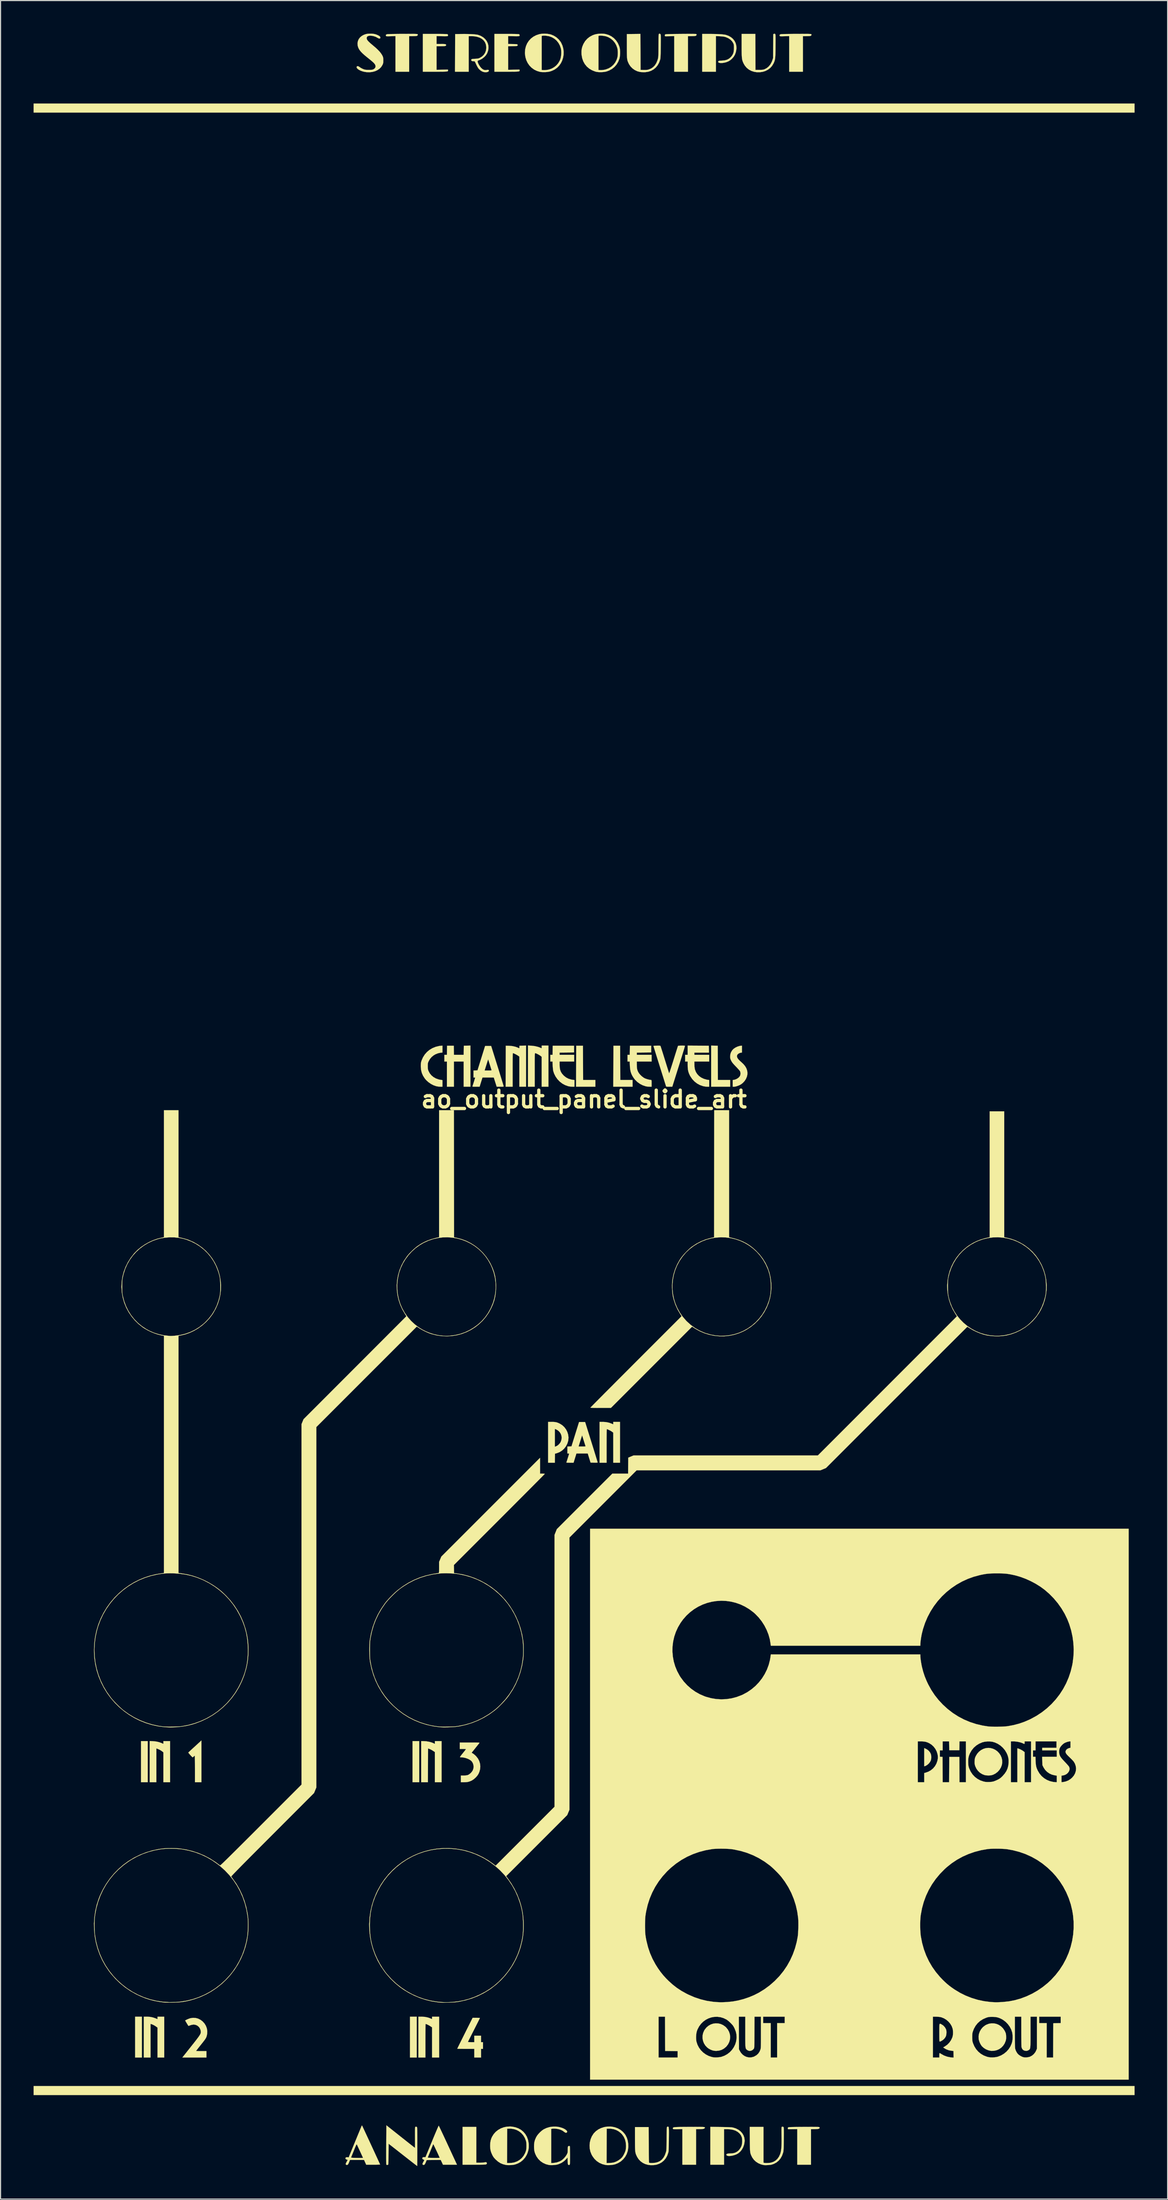
<source format=kicad_pcb>
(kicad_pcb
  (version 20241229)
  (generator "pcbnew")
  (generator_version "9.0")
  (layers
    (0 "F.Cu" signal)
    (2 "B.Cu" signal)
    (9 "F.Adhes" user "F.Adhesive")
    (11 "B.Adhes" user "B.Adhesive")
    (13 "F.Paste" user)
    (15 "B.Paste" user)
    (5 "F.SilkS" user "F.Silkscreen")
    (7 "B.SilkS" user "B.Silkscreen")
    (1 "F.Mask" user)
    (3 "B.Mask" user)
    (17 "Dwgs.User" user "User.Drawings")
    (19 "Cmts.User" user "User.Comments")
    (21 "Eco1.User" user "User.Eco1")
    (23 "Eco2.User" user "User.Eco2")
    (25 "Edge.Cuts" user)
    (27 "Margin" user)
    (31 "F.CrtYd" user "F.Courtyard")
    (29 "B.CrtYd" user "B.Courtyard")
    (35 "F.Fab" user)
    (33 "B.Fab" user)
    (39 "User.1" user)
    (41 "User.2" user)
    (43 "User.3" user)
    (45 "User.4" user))
  (footprint "ao_output_panel_slide_art"
    (layer "F.Cu")
    (at 49.992 96.753)
    (property "Reference" "ao_output_panel_slide_art" (at 0 0 0) (layer "F.SilkS") (effects (font (size 1.524 1.524) (thickness 0.3))))
    (attr through_hole)
    (fp_poly (pts (xy -40.157 86.995) (xy -40.767 86.995) (xy -40.767 83.287) (xy -40.157 83.287) (xy -40.157 86.995)) (stroke (width 0.01) (type solid)) (fill yes) (layer "F.SilkS"))
    (fp_poly (pts (xy -39.624 62.001) (xy -40.234 62.001) (xy -40.234 58.268) (xy -39.624 58.268) (xy -39.624 62.001)) (stroke (width 0.01) (type solid)) (fill yes) (layer "F.SilkS"))
    (fp_poly (pts (xy -15.189 86.995) (xy -15.799 86.995) (xy -15.799 83.287) (xy -15.189 83.287) (xy -15.189 86.995)) (stroke (width 0.01) (type solid)) (fill yes) (layer "F.SilkS"))
    (fp_poly (pts (xy -14.961 62.001) (xy -15.57 62.001) (xy -15.57 58.268) (xy -14.961 58.268) (xy -14.961 62.001)) (stroke (width 0.01) (type solid)) (fill yes) (layer "F.SilkS"))
    (fp_poly (pts (xy 50.013 -89.586) (xy -49.987 -89.586) (xy -49.987 -90.399) (xy 50.013 -90.399) (xy 50.013 -89.586)) (stroke (width 0.01) (type solid)) (fill yes) (layer "F.SilkS"))
    (fp_poly (pts (xy 50.013 90.399) (xy -49.987 90.399) (xy -49.987 89.586) (xy 50.013 89.586) (xy 50.013 90.399)) (stroke (width 0.01) (type solid)) (fill yes) (layer "F.SilkS"))
    (fp_poly (pts (xy -0.076 -1.753) (xy 1.041 -1.753) (xy 1.041 -1.143) (xy -0.712 -1.143) (xy -0.699 -4.864) (xy -0.089 -4.864) (xy -0.076 -1.753)) (stroke (width 0.01) (type solid)) (fill yes) (layer "F.SilkS"))
    (fp_poly (pts (xy 3.302 -1.753) (xy 4.42 -1.753) (xy 4.42 -1.143) (xy 2.667 -1.143) (xy 2.68 -4.864) (xy 3.289 -4.864) (xy 3.302 -1.753)) (stroke (width 0.01) (type solid)) (fill yes) (layer "F.SilkS"))
    (fp_poly (pts (xy 11.855 -4.871) (xy 12.154 -4.864) (xy 12.167 -1.753) (xy 13.284 -1.753) (xy 13.284 -1.143) (xy 11.557 -1.143) (xy 11.557 -4.878) (xy 11.855 -4.871)) (stroke (width 0.01) (type solid)) (fill yes) (layer "F.SilkS"))
    (fp_poly (pts (xy 30.974 58.928) (xy 31.157 59.019) (xy 31.313 59.141) (xy 31.434 59.286) (xy 31.512 59.443) (xy 31.55 59.619) (xy 31.552 59.808) (xy 31.52 59.988) (xy 31.512 60.014) (xy 31.439 60.161) (xy 31.328 60.301) (xy 31.192 60.422) (xy 31.043 60.511) (xy 30.969 60.539) (xy 30.912 60.557) (xy 30.912 58.904) (xy 30.974 58.928)) (stroke (width 0.01) (type solid)) (fill yes) (layer "F.SilkS"))
    (fp_poly (pts (xy -39.148 58.275) (xy -38.865 58.303) (xy -38.61 58.359) (xy -38.366 58.446) (xy -38.343 58.456) (xy -38.202 58.519) (xy -38.202 58.268) (xy -37.592 58.268) (xy -37.592 62.001) (xy -38.202 62.001) (xy -38.202 59.288) (xy -38.28 59.222) (xy -38.42 59.122) (xy -38.586 59.03) (xy -38.71 58.976) (xy -38.837 58.928) (xy -38.837 62.001) (xy -39.446 62.001) (xy -39.446 58.26) (xy -39.148 58.275)) (stroke (width 0.01) (type solid)) (fill yes) (layer "F.SilkS"))
    (fp_poly (pts (xy -10.312 -1.143) (xy -10.922 -1.143) (xy -10.922 -3.429) (xy -11.811 -3.429) (xy -11.811 -1.143) (xy -12.446 -1.143) (xy -12.446 -3.429) (xy -12.675 -3.429) (xy -12.675 -4.039) (xy -12.447 -4.039) (xy -12.44 -4.451) (xy -12.433 -4.864) (xy -11.824 -4.864) (xy -11.81 -4.039) (xy -10.923 -4.039) (xy -10.916 -4.451) (xy -10.909 -4.864) (xy -10.611 -4.871) (xy -10.312 -4.878) (xy -10.312 -1.143)) (stroke (width 0.01) (type solid)) (fill yes) (layer "F.SilkS"))
    (fp_poly (pts (xy -39.415 83.303) (xy -39.154 83.355) (xy -38.889 83.447) (xy -38.856 83.462) (xy -38.735 83.513) (xy -38.735 83.287) (xy -38.125 83.287) (xy -38.125 86.995) (xy -38.735 86.995) (xy -38.735 84.28) (xy -38.853 84.19) (xy -38.965 84.114) (xy -39.091 84.043) (xy -39.213 83.987) (xy -39.3 83.958) (xy -39.37 83.941) (xy -39.37 86.995) (xy -39.98 86.995) (xy -39.98 83.287) (xy -39.69 83.287) (xy -39.415 83.303)) (stroke (width 0.01) (type solid)) (fill yes) (layer "F.SilkS"))
    (fp_poly (pts (xy -12.929 62.001) (xy -13.538 62.001) (xy -13.538 59.262) (xy -13.716 59.144) (xy -13.819 59.081) (xy -13.927 59.023) (xy -14.018 58.982) (xy -14.027 58.979) (xy -14.161 58.932) (xy -14.167 60.467) (xy -14.174 62.001) (xy -14.783 62.001) (xy -14.783 58.268) (xy -14.586 58.268) (xy -14.318 58.284) (xy -14.053 58.33) (xy -13.806 58.401) (xy -13.633 58.475) (xy -13.538 58.523) (xy -13.538 58.268) (xy -12.929 58.268) (xy -12.929 62.001)) (stroke (width 0.01) (type solid)) (fill yes) (layer "F.SilkS"))
    (fp_poly (pts (xy -9.779 96.545) (xy -9.496 96.545) (xy -9.361 96.543) (xy -9.225 96.535) (xy -9.108 96.524) (xy -9.053 96.516) (xy -8.958 96.501) (xy -8.898 96.5) (xy -8.861 96.513) (xy -8.853 96.519) (xy -8.817 96.575) (xy -8.827 96.637) (xy -8.87 96.684) (xy -8.89 96.694) (xy -8.921 96.702) (xy -8.968 96.708) (xy -9.035 96.713) (xy -9.128 96.717) (xy -9.251 96.72) (xy -9.408 96.722) (xy -9.604 96.723) (xy -9.845 96.723) (xy -9.975 96.723) (xy -11.024 96.723) (xy -11.024 93.294) (xy -9.779 93.294) (xy -9.779 96.545)) (stroke (width 0.01) (type solid)) (fill yes) (layer "F.SilkS"))
    (fp_poly (pts (xy -14.445 83.305) (xy -14.169 83.361) (xy -13.928 83.45) (xy -13.792 83.512) (xy -13.792 83.287) (xy -13.157 83.287) (xy -13.157 86.995) (xy -13.792 86.995) (xy -13.792 84.256) (xy -13.964 84.143) (xy -14.075 84.075) (xy -14.186 84.017) (xy -14.284 83.973) (xy -14.357 83.949) (xy -14.377 83.947) (xy -14.383 83.972) (xy -14.388 84.047) (xy -14.392 84.17) (xy -14.395 84.339) (xy -14.398 84.554) (xy -14.4 84.814) (xy -14.401 85.116) (xy -14.402 85.46) (xy -14.402 86.995) (xy -15.037 86.995) (xy -15.037 83.287) (xy -14.749 83.287) (xy -14.445 83.305)) (stroke (width 0.01) (type solid)) (fill yes) (layer "F.SilkS"))
    (fp_poly (pts (xy -5.258 -1.143) (xy -5.867 -1.143) (xy -5.867 -3.878) (xy -5.98 -3.958) (xy -6.056 -4.007) (xy -6.15 -4.061) (xy -6.249 -4.113) (xy -6.341 -4.156) (xy -6.413 -4.184) (xy -6.445 -4.191) (xy -6.452 -4.181) (xy -6.458 -4.15) (xy -6.463 -4.093) (xy -6.467 -4.009) (xy -6.47 -3.893) (xy -6.473 -3.743) (xy -6.475 -3.556) (xy -6.476 -3.327) (xy -6.477 -3.055) (xy -6.477 -2.736) (xy -6.477 -2.667) (xy -6.477 -1.143) (xy -7.112 -1.143) (xy -7.099 -4.864) (xy -6.82 -4.859) (xy -6.512 -4.833) (xy -6.227 -4.771) (xy -6.004 -4.688) (xy -5.87 -4.627) (xy -5.855 -4.864) (xy -5.556 -4.871) (xy -5.258 -4.878) (xy -5.258 -1.143)) (stroke (width 0.01) (type solid)) (fill yes) (layer "F.SilkS"))
    (fp_poly (pts (xy -4.789 -4.867) (xy -4.465 -4.83) (xy -4.173 -4.761) (xy -3.975 -4.687) (xy -3.835 -4.626) (xy -3.835 -4.877) (xy -3.226 -4.877) (xy -3.226 -1.143) (xy -3.835 -1.143) (xy -3.835 -3.857) (xy -3.931 -3.936) (xy -4.003 -3.989) (xy -4.097 -4.046) (xy -4.2 -4.102) (xy -4.297 -4.149) (xy -4.377 -4.181) (xy -4.423 -4.191) (xy -4.433 -4.189) (xy -4.441 -4.182) (xy -4.448 -4.165) (xy -4.454 -4.135) (xy -4.459 -4.088) (xy -4.462 -4.02) (xy -4.465 -3.928) (xy -4.467 -3.807) (xy -4.469 -3.654) (xy -4.47 -3.465) (xy -4.47 -3.237) (xy -4.47 -2.965) (xy -4.47 -2.667) (xy -4.47 -1.143) (xy -5.08 -1.143) (xy -5.08 -4.884) (xy -4.789 -4.867)) (stroke (width 0.01) (type solid)) (fill yes) (layer "F.SilkS"))
    (fp_poly (pts (xy 1.996 29.303) (xy 2.258 29.354) (xy 2.51 29.443) (xy 2.527 29.45) (xy 2.667 29.512) (xy 2.667 29.286) (xy 3.277 29.286) (xy 3.277 32.995) (xy 2.667 32.995) (xy 2.666 31.629) (xy 2.665 30.264) (xy 2.558 30.183) (xy 2.487 30.135) (xy 2.395 30.082) (xy 2.295 30.03) (xy 2.202 29.986) (xy 2.128 29.956) (xy 2.089 29.947) (xy 2.082 29.956) (xy 2.076 29.988) (xy 2.072 30.044) (xy 2.067 30.129) (xy 2.064 30.244) (xy 2.062 30.394) (xy 2.06 30.582) (xy 2.058 30.81) (xy 2.058 31.082) (xy 2.057 31.401) (xy 2.057 31.471) (xy 2.057 32.995) (xy 1.422 32.995) (xy 1.422 29.286) (xy 1.71 29.286) (xy 1.996 29.303)) (stroke (width 0.01) (type solid)) (fill yes) (layer "F.SilkS"))
    (fp_poly (pts (xy 32.396 83.939) (xy 32.442 83.962) (xy 32.481 83.983) (xy 32.645 84.093) (xy 32.782 84.241) (xy 32.865 84.379) (xy 32.9 84.462) (xy 32.92 84.54) (xy 32.929 84.633) (xy 32.931 84.734) (xy 32.919 84.909) (xy 32.882 85.053) (xy 32.813 85.182) (xy 32.715 85.303) (xy 32.641 85.371) (xy 32.55 85.438) (xy 32.455 85.495) (xy 32.371 85.535) (xy 32.317 85.547) (xy 32.307 85.538) (xy 32.299 85.508) (xy 32.294 85.452) (xy 32.289 85.365) (xy 32.286 85.244) (xy 32.284 85.084) (xy 32.284 84.88) (xy 32.283 84.734) (xy 32.283 84.503) (xy 32.283 84.317) (xy 32.285 84.174) (xy 32.29 84.067) (xy 32.299 83.994) (xy 32.312 83.949) (xy 32.332 83.928) (xy 32.36 83.926) (xy 32.396 83.939)) (stroke (width 0.01) (type solid)) (fill yes) (layer "F.SilkS"))
    (fp_poly (pts (xy 12.194 83.898) (xy 12.419 83.951) (xy 12.635 84.048) (xy 12.835 84.188) (xy 12.912 84.26) (xy 13.07 84.453) (xy 13.184 84.664) (xy 13.255 84.888) (xy 13.281 85.119) (xy 13.263 85.35) (xy 13.201 85.576) (xy 13.095 85.79) (xy 12.945 85.986) (xy 12.913 86.019) (xy 12.716 86.183) (xy 12.5 86.3) (xy 12.265 86.369) (xy 12.012 86.392) (xy 11.839 86.381) (xy 11.671 86.344) (xy 11.493 86.273) (xy 11.322 86.177) (xy 11.191 86.078) (xy 11.024 85.898) (xy 10.898 85.694) (xy 10.815 85.473) (xy 10.774 85.242) (xy 10.776 85.008) (xy 10.823 84.777) (xy 10.916 84.556) (xy 10.975 84.458) (xy 11.133 84.263) (xy 11.317 84.108) (xy 11.521 83.994) (xy 11.739 83.92) (xy 11.965 83.888) (xy 12.194 83.898)) (stroke (width 0.01) (type solid)) (fill yes) (layer "F.SilkS"))
    (fp_poly (pts (xy -34.747 62.001) (xy -35.331 62.001) (xy -35.331 60.795) (xy -35.332 60.553) (xy -35.333 60.327) (xy -35.335 60.122) (xy -35.337 59.943) (xy -35.341 59.796) (xy -35.344 59.684) (xy -35.348 59.613) (xy -35.352 59.588) (xy -35.352 59.588) (xy -35.381 59.605) (xy -35.429 59.647) (xy -35.446 59.665) (xy -35.498 59.712) (xy -35.539 59.735) (xy -35.548 59.735) (xy -35.577 59.714) (xy -35.628 59.665) (xy -35.693 59.598) (xy -35.764 59.521) (xy -35.832 59.444) (xy -35.889 59.376) (xy -35.926 59.327) (xy -35.935 59.308) (xy -35.915 59.286) (xy -35.863 59.236) (xy -35.783 59.161) (xy -35.68 59.065) (xy -35.559 58.954) (xy -35.433 58.839) (xy -35.295 58.713) (xy -35.164 58.593) (xy -35.046 58.486) (xy -34.949 58.396) (xy -34.877 58.33) (xy -34.842 58.297) (xy -34.747 58.206) (xy -34.747 62.001)) (stroke (width 0.01) (type solid)) (fill yes) (layer "F.SilkS"))
    (fp_poly (pts (xy 9.787 -96.726) (xy 9.954 -96.724) (xy 10.082 -96.721) (xy 10.167 -96.718) (xy 10.204 -96.713) (xy 10.206 -96.713) (xy 10.232 -96.669) (xy 10.221 -96.613) (xy 10.179 -96.564) (xy 10.16 -96.553) (xy 10.099 -96.537) (xy 9.991 -96.526) (xy 9.84 -96.521) (xy 9.773 -96.52) (xy 9.449 -96.52) (xy 9.449 -93.294) (xy 8.204 -93.294) (xy 8.204 -96.528) (xy 7.804 -96.514) (xy 7.665 -96.511) (xy 7.543 -96.509) (xy 7.447 -96.509) (xy 7.387 -96.511) (xy 7.372 -96.513) (xy 7.346 -96.545) (xy 7.344 -96.6) (xy 7.364 -96.655) (xy 7.383 -96.676) (xy 7.4 -96.684) (xy 7.436 -96.69) (xy 7.493 -96.696) (xy 7.576 -96.702) (xy 7.687 -96.706) (xy 7.83 -96.71) (xy 8.01 -96.714) (xy 8.23 -96.717) (xy 8.493 -96.72) (xy 8.799 -96.723) (xy 9.087 -96.725) (xy 9.35 -96.727) (xy 9.585 -96.727) (xy 9.787 -96.726)) (stroke (width 0.01) (type solid)) (fill yes) (layer "F.SilkS"))
    (fp_poly (pts (xy 10.382 -4.871) (xy 11.341 -4.864) (xy 11.348 -4.553) (xy 11.355 -4.242) (xy 10.033 -4.242) (xy 10.033 -4.039) (xy 11.379 -4.039) (xy 11.379 -3.429) (xy 10.033 -3.429) (xy 10.034 -3.156) (xy 10.042 -2.967) (xy 10.062 -2.802) (xy 10.08 -2.716) (xy 10.164 -2.489) (xy 10.291 -2.288) (xy 10.456 -2.113) (xy 10.656 -1.969) (xy 10.887 -1.859) (xy 11.144 -1.785) (xy 11.259 -1.766) (xy 11.379 -1.749) (xy 11.379 -1.143) (xy 11.195 -1.144) (xy 11.071 -1.152) (xy 10.932 -1.172) (xy 10.82 -1.195) (xy 10.535 -1.295) (xy 10.273 -1.439) (xy 10.036 -1.624) (xy 9.83 -1.847) (xy 9.657 -2.106) (xy 9.625 -2.164) (xy 9.541 -2.346) (xy 9.482 -2.523) (xy 9.445 -2.711) (xy 9.427 -2.924) (xy 9.423 -3.09) (xy 9.423 -3.429) (xy 9.195 -3.429) (xy 9.195 -4.039) (xy 9.423 -4.039) (xy 9.423 -4.877) (xy 10.382 -4.871)) (stroke (width 0.01) (type solid)) (fill yes) (layer "F.SilkS"))
    (fp_poly (pts (xy 20.94 93.291) (xy 21.077 93.293) (xy 21.183 93.295) (xy 21.263 93.298) (xy 21.32 93.303) (xy 21.358 93.308) (xy 21.381 93.315) (xy 21.394 93.324) (xy 21.398 93.329) (xy 21.411 93.385) (xy 21.377 93.432) (xy 21.303 93.467) (xy 21.257 93.476) (xy 21.183 93.484) (xy 21.075 93.49) (xy 20.952 93.495) (xy 20.885 93.496) (xy 20.625 93.497) (xy 20.625 96.723) (xy 19.38 96.723) (xy 19.38 93.492) (xy 18.98 93.498) (xy 18.841 93.5) (xy 18.719 93.502) (xy 18.623 93.502) (xy 18.563 93.502) (xy 18.548 93.501) (xy 18.526 93.476) (xy 18.517 93.425) (xy 18.533 93.359) (xy 18.578 93.325) (xy 18.618 93.318) (xy 18.705 93.312) (xy 18.84 93.306) (xy 19.024 93.302) (xy 19.256 93.298) (xy 19.538 93.295) (xy 19.87 93.293) (xy 20.005 93.292) (xy 20.305 93.291) (xy 20.558 93.29) (xy 20.768 93.29) (xy 20.94 93.291)) (stroke (width 0.01) (type solid)) (fill yes) (layer "F.SilkS"))
    (fp_poly (pts (xy 36.92 58.897) (xy 37.155 58.96) (xy 37.369 59.063) (xy 37.558 59.2) (xy 37.718 59.368) (xy 37.846 59.559) (xy 37.937 59.769) (xy 37.988 59.991) (xy 37.995 60.222) (xy 37.961 60.434) (xy 37.876 60.661) (xy 37.75 60.868) (xy 37.588 61.051) (xy 37.397 61.2) (xy 37.184 61.312) (xy 37.049 61.356) (xy 36.908 61.381) (xy 36.741 61.388) (xy 36.572 61.38) (xy 36.421 61.357) (xy 36.401 61.352) (xy 36.176 61.265) (xy 35.972 61.137) (xy 35.796 60.971) (xy 35.653 60.774) (xy 35.549 60.55) (xy 35.53 60.495) (xy 35.504 60.394) (xy 35.489 60.301) (xy 35.485 60.194) (xy 35.489 60.071) (xy 35.497 59.945) (xy 35.51 59.851) (xy 35.533 59.768) (xy 35.57 59.678) (xy 35.594 59.626) (xy 35.72 59.416) (xy 35.879 59.236) (xy 36.066 59.088) (xy 36.274 58.978) (xy 36.497 58.908) (xy 36.727 58.882) (xy 36.92 58.897)) (stroke (width 0.01) (type solid)) (fill yes) (layer "F.SilkS"))
    (fp_poly (pts (xy 37.253 83.895) (xy 37.479 83.945) (xy 37.693 84.037) (xy 37.888 84.168) (xy 38.06 84.337) (xy 38.202 84.541) (xy 38.249 84.632) (xy 38.294 84.731) (xy 38.322 84.813) (xy 38.338 84.897) (xy 38.347 85.004) (xy 38.35 85.069) (xy 38.352 85.208) (xy 38.346 85.317) (xy 38.327 85.416) (xy 38.307 85.49) (xy 38.211 85.723) (xy 38.077 85.926) (xy 37.909 86.098) (xy 37.714 86.233) (xy 37.495 86.329) (xy 37.259 86.382) (xy 37.01 86.389) (xy 36.944 86.382) (xy 36.729 86.335) (xy 36.518 86.247) (xy 36.326 86.128) (xy 36.164 85.982) (xy 36.124 85.935) (xy 36.025 85.784) (xy 35.94 85.605) (xy 35.879 85.419) (xy 35.858 85.319) (xy 35.846 85.082) (xy 35.882 84.85) (xy 35.961 84.628) (xy 36.08 84.423) (xy 36.235 84.241) (xy 36.424 84.091) (xy 36.555 84.015) (xy 36.785 83.928) (xy 37.02 83.889) (xy 37.253 83.895)) (stroke (width 0.01) (type solid)) (fill yes) (layer "F.SilkS"))
    (fp_poly (pts (xy -15.703 -96.726) (xy -15.533 -96.725) (xy -15.399 -96.724) (xy -15.295 -96.721) (xy -15.218 -96.717) (xy -15.165 -96.712) (xy -15.13 -96.706) (xy -15.111 -96.699) (xy -15.104 -96.692) (xy -15.091 -96.632) (xy -15.123 -96.578) (xy -15.178 -96.545) (xy -15.228 -96.535) (xy -15.317 -96.527) (xy -15.431 -96.522) (xy -15.559 -96.52) (xy -15.559 -96.52) (xy -15.875 -96.52) (xy -15.875 -93.294) (xy -17.12 -93.294) (xy -17.12 -96.528) (xy -17.539 -96.514) (xy -17.695 -96.509) (xy -17.807 -96.507) (xy -17.884 -96.508) (xy -17.933 -96.513) (xy -17.962 -96.523) (xy -17.978 -96.537) (xy -17.984 -96.546) (xy -17.998 -96.611) (xy -17.963 -96.662) (xy -17.885 -96.696) (xy -17.841 -96.701) (xy -17.751 -96.706) (xy -17.619 -96.711) (xy -17.451 -96.715) (xy -17.25 -96.718) (xy -17.022 -96.721) (xy -16.77 -96.724) (xy -16.501 -96.725) (xy -16.46 -96.725) (xy -16.162 -96.726) (xy -15.911 -96.727) (xy -15.703 -96.726)) (stroke (width 0.01) (type solid)) (fill yes) (layer "F.SilkS"))
    (fp_poly (pts (xy -0.902 -4.255) (xy -1.556 -4.248) (xy -2.21 -4.241) (xy -2.21 -4.039) (xy -0.889 -4.039) (xy -0.889 -3.429) (xy -2.21 -3.429) (xy -2.21 -3.126) (xy -2.199 -2.886) (xy -2.163 -2.682) (xy -2.099 -2.505) (xy -2.002 -2.343) (xy -1.868 -2.188) (xy -1.801 -2.123) (xy -1.615 -1.978) (xy -1.407 -1.87) (xy -1.17 -1.797) (xy -0.984 -1.765) (xy -0.864 -1.749) (xy -0.864 -1.143) (xy -1.06 -1.144) (xy -1.19 -1.152) (xy -1.331 -1.171) (xy -1.439 -1.193) (xy -1.713 -1.291) (xy -1.969 -1.432) (xy -2.202 -1.613) (xy -2.406 -1.827) (xy -2.577 -2.07) (xy -2.71 -2.337) (xy -2.782 -2.553) (xy -2.799 -2.638) (xy -2.814 -2.76) (xy -2.828 -2.904) (xy -2.837 -3.054) (xy -2.837 -3.067) (xy -2.852 -3.429) (xy -3.048 -3.429) (xy -3.048 -4.039) (xy -2.846 -4.039) (xy -2.839 -4.451) (xy -2.832 -4.864) (xy -0.902 -4.864) (xy -0.902 -4.255)) (stroke (width 0.01) (type solid)) (fill yes) (layer "F.SilkS"))
    (fp_poly (pts (xy 20.061 -96.726) (xy 20.23 -96.725) (xy 20.365 -96.724) (xy 20.468 -96.721) (xy 20.545 -96.717) (xy 20.598 -96.712) (xy 20.633 -96.706) (xy 20.652 -96.699) (xy 20.66 -96.692) (xy 20.672 -96.632) (xy 20.64 -96.578) (xy 20.586 -96.545) (xy 20.535 -96.535) (xy 20.447 -96.527) (xy 20.332 -96.522) (xy 20.204 -96.52) (xy 20.204 -96.52) (xy 19.888 -96.52) (xy 19.888 -93.294) (xy 18.644 -93.294) (xy 18.644 -96.528) (xy 18.224 -96.514) (xy 18.068 -96.509) (xy 17.956 -96.507) (xy 17.879 -96.508) (xy 17.83 -96.513) (xy 17.801 -96.523) (xy 17.785 -96.537) (xy 17.78 -96.546) (xy 17.766 -96.611) (xy 17.8 -96.662) (xy 17.878 -96.696) (xy 17.922 -96.701) (xy 18.012 -96.706) (xy 18.144 -96.711) (xy 18.312 -96.715) (xy 18.513 -96.718) (xy 18.742 -96.721) (xy 18.993 -96.724) (xy 19.262 -96.725) (xy 19.303 -96.725) (xy 19.601 -96.726) (xy 19.852 -96.727) (xy 20.061 -96.726)) (stroke (width 0.01) (type solid)) (fill yes) (layer "F.SilkS"))
    (fp_poly (pts (xy 10.373 93.291) (xy 10.551 93.292) (xy 10.693 93.294) (xy 10.802 93.299) (xy 10.883 93.305) (xy 10.939 93.314) (xy 10.972 93.325) (xy 10.988 93.34) (xy 10.99 93.357) (xy 10.981 93.378) (xy 10.966 93.403) (xy 10.962 93.408) (xy 10.927 93.441) (xy 10.869 93.466) (xy 10.78 93.482) (xy 10.655 93.492) (xy 10.486 93.496) (xy 10.458 93.496) (xy 10.185 93.497) (xy 10.185 96.723) (xy 8.941 96.723) (xy 8.941 93.49) (xy 8.535 93.503) (xy 8.368 93.507) (xy 8.246 93.507) (xy 8.163 93.501) (xy 8.111 93.488) (xy 8.085 93.466) (xy 8.078 93.434) (xy 8.082 93.404) (xy 8.088 93.381) (xy 8.1 93.362) (xy 8.121 93.347) (xy 8.155 93.334) (xy 8.207 93.323) (xy 8.279 93.314) (xy 8.377 93.308) (xy 8.503 93.303) (xy 8.663 93.299) (xy 8.858 93.296) (xy 9.095 93.295) (xy 9.375 93.293) (xy 9.585 93.292) (xy 9.893 93.291) (xy 10.155 93.29) (xy 10.373 93.291)) (stroke (width 0.01) (type solid)) (fill yes) (layer "F.SilkS"))
    (fp_poly (pts (xy -2.752 29.29) (xy -2.6 29.305) (xy -2.467 29.334) (xy -2.335 29.382) (xy -2.191 29.45) (xy -2.172 29.46) (xy -1.958 29.599) (xy -1.774 29.773) (xy -1.623 29.976) (xy -1.509 30.2) (xy -1.435 30.439) (xy -1.403 30.687) (xy -1.418 30.936) (xy -1.43 31.003) (xy -1.51 31.261) (xy -1.632 31.498) (xy -1.792 31.707) (xy -1.984 31.885) (xy -2.205 32.025) (xy -2.45 32.124) (xy -2.477 32.132) (xy -2.629 32.174) (xy -2.636 32.584) (xy -2.643 32.995) (xy -3.251 32.995) (xy -3.251 31.546) (xy -2.642 31.546) (xy -2.578 31.521) (xy -2.507 31.491) (xy -2.443 31.46) (xy -2.354 31.399) (xy -2.259 31.308) (xy -2.172 31.205) (xy -2.11 31.107) (xy -2.11 31.106) (xy -2.042 30.912) (xy -2.021 30.716) (xy -2.045 30.527) (xy -2.112 30.35) (xy -2.219 30.193) (xy -2.363 30.061) (xy -2.541 29.961) (xy -2.572 29.949) (xy -2.642 29.922) (xy -2.642 31.546) (xy -3.251 31.546) (xy -3.251 29.286) (xy -2.938 29.286) (xy -2.752 29.29)) (stroke (width 0.01) (type solid)) (fill yes) (layer "F.SilkS"))
    (fp_poly (pts (xy -13.239 -96.723) (xy -12.983 -96.721) (xy -12.771 -96.718) (xy -12.605 -96.713) (xy -12.485 -96.708) (xy -12.413 -96.702) (xy -12.394 -96.697) (xy -12.355 -96.651) (xy -12.346 -96.588) (xy -12.369 -96.531) (xy -12.371 -96.529) (xy -12.409 -96.519) (xy -12.496 -96.513) (xy -12.633 -96.511) (xy -12.82 -96.513) (xy -12.892 -96.515) (xy -13.386 -96.527) (xy -13.386 -95.809) (xy -12.984 -95.809) (xy -12.82 -95.808) (xy -12.699 -95.804) (xy -12.616 -95.795) (xy -12.563 -95.78) (xy -12.535 -95.758) (xy -12.524 -95.726) (xy -12.522 -95.703) (xy -12.531 -95.668) (xy -12.56 -95.642) (xy -12.616 -95.624) (xy -12.704 -95.613) (xy -12.832 -95.607) (xy -13.003 -95.606) (xy -13.386 -95.606) (xy -13.386 -93.465) (xy -12.357 -93.485) (xy -12.348 -93.423) (xy -12.345 -93.393) (xy -12.348 -93.368) (xy -12.36 -93.348) (xy -12.386 -93.332) (xy -12.431 -93.319) (xy -12.498 -93.31) (xy -12.592 -93.303) (xy -12.717 -93.299) (xy -12.876 -93.296) (xy -13.075 -93.295) (xy -13.318 -93.294) (xy -13.53 -93.294) (xy -14.63 -93.294) (xy -14.63 -96.723) (xy -13.537 -96.723) (xy -13.239 -96.723)) (stroke (width 0.01) (type solid)) (fill yes) (layer "F.SilkS"))
    (fp_poly (pts (xy 6.109 -4.255) (xy 5.455 -4.248) (xy 4.801 -4.241) (xy 4.801 -4.039) (xy 6.147 -4.039) (xy 6.147 -3.429) (xy 4.801 -3.429) (xy 4.801 -3.143) (xy 4.805 -2.967) (xy 4.817 -2.826) (xy 4.839 -2.708) (xy 4.875 -2.597) (xy 4.922 -2.492) (xy 5.003 -2.359) (xy 5.119 -2.221) (xy 5.256 -2.089) (xy 5.401 -1.978) (xy 5.52 -1.908) (xy 5.629 -1.864) (xy 5.765 -1.821) (xy 5.907 -1.785) (xy 6.037 -1.761) (xy 6.115 -1.753) (xy 6.129 -1.739) (xy 6.139 -1.691) (xy 6.145 -1.606) (xy 6.147 -1.477) (xy 6.147 -1.448) (xy 6.147 -1.143) (xy 5.95 -1.145) (xy 5.829 -1.151) (xy 5.705 -1.165) (xy 5.609 -1.182) (xy 5.343 -1.272) (xy 5.087 -1.405) (xy 4.85 -1.576) (xy 4.644 -1.779) (xy 4.534 -1.918) (xy 4.412 -2.105) (xy 4.32 -2.288) (xy 4.253 -2.478) (xy 4.208 -2.687) (xy 4.181 -2.927) (xy 4.173 -3.067) (xy 4.158 -3.429) (xy 3.962 -3.429) (xy 3.962 -4.039) (xy 4.164 -4.039) (xy 4.171 -4.451) (xy 4.178 -4.864) (xy 6.109 -4.864) (xy 6.109 -4.255)) (stroke (width 0.01) (type solid)) (fill yes) (layer "F.SilkS"))
    (fp_poly (pts (xy -6.736 -96.723) (xy -6.481 -96.721) (xy -6.269 -96.718) (xy -6.102 -96.713) (xy -5.983 -96.708) (xy -5.911 -96.702) (xy -5.891 -96.697) (xy -5.853 -96.651) (xy -5.843 -96.588) (xy -5.866 -96.531) (xy -5.869 -96.529) (xy -5.906 -96.519) (xy -5.994 -96.513) (xy -6.131 -96.511) (xy -6.318 -96.513) (xy -6.389 -96.515) (xy -6.883 -96.527) (xy -6.883 -95.81) (xy -6.473 -95.803) (xy -6.318 -95.8) (xy -6.205 -95.796) (xy -6.129 -95.79) (xy -6.08 -95.781) (xy -6.051 -95.768) (xy -6.035 -95.752) (xy -6.021 -95.697) (xy -6.035 -95.663) (xy -6.051 -95.646) (xy -6.08 -95.633) (xy -6.13 -95.625) (xy -6.207 -95.619) (xy -6.32 -95.614) (xy -6.473 -95.611) (xy -6.883 -95.604) (xy -6.883 -93.465) (xy -5.855 -93.485) (xy -5.846 -93.423) (xy -5.843 -93.393) (xy -5.845 -93.368) (xy -5.858 -93.348) (xy -5.884 -93.332) (xy -5.929 -93.319) (xy -5.996 -93.31) (xy -6.09 -93.303) (xy -6.214 -93.299) (xy -6.374 -93.296) (xy -6.573 -93.295) (xy -6.815 -93.294) (xy -7.028 -93.294) (xy -8.128 -93.294) (xy -8.128 -96.723) (xy -7.034 -96.723) (xy -6.736 -96.723)) (stroke (width 0.01) (type solid)) (fill yes) (layer "F.SilkS"))
    (fp_poly (pts (xy -12.852 -4.249) (xy -13.004 -4.233) (xy -13.251 -4.183) (xy -13.492 -4.086) (xy -13.648 -3.995) (xy -13.838 -3.841) (xy -13.993 -3.654) (xy -14.107 -3.454) (xy -14.142 -3.377) (xy -14.165 -3.312) (xy -14.178 -3.244) (xy -14.184 -3.159) (xy -14.185 -3.041) (xy -14.185 -3.01) (xy -14.183 -2.873) (xy -14.176 -2.771) (xy -14.161 -2.689) (xy -14.137 -2.612) (xy -14.126 -2.583) (xy -14.012 -2.366) (xy -13.859 -2.176) (xy -13.67 -2.017) (xy -13.45 -1.892) (xy -13.204 -1.804) (xy -13.037 -1.77) (xy -12.852 -1.742) (xy -12.852 -1.143) (xy -13.049 -1.144) (xy -13.18 -1.152) (xy -13.323 -1.172) (xy -13.433 -1.195) (xy -13.67 -1.279) (xy -13.906 -1.404) (xy -14.13 -1.561) (xy -14.328 -1.741) (xy -14.462 -1.9) (xy -14.617 -2.144) (xy -14.726 -2.395) (xy -14.791 -2.661) (xy -14.817 -2.952) (xy -14.818 -3.01) (xy -14.816 -3.151) (xy -14.81 -3.258) (xy -14.797 -3.347) (xy -14.775 -3.434) (xy -14.748 -3.518) (xy -14.623 -3.806) (xy -14.459 -4.065) (xy -14.258 -4.294) (xy -14.024 -4.488) (xy -13.76 -4.645) (xy -13.472 -4.763) (xy -13.161 -4.839) (xy -12.998 -4.86) (xy -12.852 -4.873) (xy -12.852 -4.249)) (stroke (width 0.01) (type solid)) (fill yes) (layer "F.SilkS"))
    (fp_poly (pts (xy -9.656 83.389) (xy -9.554 83.393) (xy -9.482 83.397) (xy -9.45 83.403) (xy -9.449 83.404) (xy -9.46 83.429) (xy -9.492 83.495) (xy -9.543 83.598) (xy -9.61 83.732) (xy -9.691 83.893) (xy -9.784 84.077) (xy -9.886 84.279) (xy -9.995 84.493) (xy -10.105 84.71) (xy -10.207 84.912) (xy -10.3 85.096) (xy -10.381 85.257) (xy -10.448 85.39) (xy -10.498 85.492) (xy -10.53 85.558) (xy -10.541 85.582) (xy -10.517 85.588) (xy -10.453 85.594) (xy -10.358 85.597) (xy -10.249 85.598) (xy -9.957 85.598) (xy -9.957 85.014) (xy -9.347 85.014) (xy -9.347 85.598) (xy -9.169 85.598) (xy -9.169 86.208) (xy -9.347 86.208) (xy -9.347 86.995) (xy -9.957 86.995) (xy -9.957 86.208) (xy -10.732 86.208) (xy -10.924 86.207) (xy -11.099 86.206) (xy -11.251 86.204) (xy -11.372 86.202) (xy -11.458 86.199) (xy -11.502 86.196) (xy -11.506 86.195) (xy -11.495 86.17) (xy -11.463 86.105) (xy -11.413 86.001) (xy -11.345 85.864) (xy -11.262 85.697) (xy -11.167 85.505) (xy -11.06 85.29) (xy -10.944 85.058) (xy -10.821 84.811) (xy -10.808 84.785) (xy -10.109 83.388) (xy -9.779 83.388) (xy -9.656 83.389)) (stroke (width 0.01) (type solid)) (fill yes) (layer "F.SilkS"))
    (fp_poly (pts (xy 12.427 93.301) (xy 12.693 93.305) (xy 12.913 93.31) (xy 13.093 93.315) (xy 13.238 93.321) (xy 13.353 93.329) (xy 13.443 93.337) (xy 13.514 93.348) (xy 13.55 93.355) (xy 13.804 93.435) (xy 14.028 93.549) (xy 14.22 93.693) (xy 14.376 93.864) (xy 14.493 94.058) (xy 14.568 94.271) (xy 14.599 94.499) (xy 14.593 94.646) (xy 14.547 94.904) (xy 14.462 95.144) (xy 14.342 95.359) (xy 14.191 95.544) (xy 14.014 95.692) (xy 13.886 95.766) (xy 13.735 95.829) (xy 13.576 95.878) (xy 13.418 95.913) (xy 13.269 95.932) (xy 13.14 95.934) (xy 13.039 95.918) (xy 12.979 95.885) (xy 12.937 95.833) (xy 12.936 95.794) (xy 12.973 95.752) (xy 13.01 95.732) (xy 13.075 95.718) (xy 13.175 95.709) (xy 13.31 95.702) (xy 13.483 95.692) (xy 13.622 95.669) (xy 13.741 95.631) (xy 13.857 95.573) (xy 13.955 95.509) (xy 14.063 95.414) (xy 14.167 95.286) (xy 14.257 95.139) (xy 14.321 94.992) (xy 14.325 94.978) (xy 14.359 94.822) (xy 14.375 94.644) (xy 14.374 94.463) (xy 14.354 94.298) (xy 14.334 94.218) (xy 14.254 94.044) (xy 14.13 93.884) (xy 13.969 93.746) (xy 13.956 93.738) (xy 13.774 93.636) (xy 13.569 93.564) (xy 13.335 93.518) (xy 13.065 93.499) (xy 12.973 93.498) (xy 12.725 93.497) (xy 12.725 96.723) (xy 11.481 96.723) (xy 11.481 93.288) (xy 12.427 93.301)) (stroke (width 0.01) (type solid)) (fill yes) (layer "F.SilkS"))
    (fp_poly (pts (xy 11.386 -96.723) (xy 11.731 -96.72) (xy 12.041 -96.713) (xy 12.312 -96.701) (xy 12.542 -96.685) (xy 12.728 -96.665) (xy 12.866 -96.641) (xy 12.89 -96.635) (xy 13.139 -96.547) (xy 13.355 -96.425) (xy 13.536 -96.272) (xy 13.679 -96.092) (xy 13.781 -95.888) (xy 13.84 -95.664) (xy 13.854 -95.423) (xy 13.843 -95.298) (xy 13.792 -95.047) (xy 13.71 -94.83) (xy 13.595 -94.638) (xy 13.452 -94.476) (xy 13.292 -94.337) (xy 13.126 -94.235) (xy 12.935 -94.159) (xy 12.838 -94.132) (xy 12.67 -94.097) (xy 12.518 -94.081) (xy 12.388 -94.083) (xy 12.286 -94.103) (xy 12.218 -94.139) (xy 12.192 -94.191) (xy 12.192 -94.195) (xy 12.206 -94.239) (xy 12.251 -94.27) (xy 12.333 -94.289) (xy 12.457 -94.298) (xy 12.52 -94.299) (xy 12.771 -94.32) (xy 12.991 -94.379) (xy 13.18 -94.477) (xy 13.342 -94.616) (xy 13.416 -94.703) (xy 13.504 -94.836) (xy 13.566 -94.969) (xy 13.604 -95.116) (xy 13.623 -95.289) (xy 13.627 -95.441) (xy 13.626 -95.575) (xy 13.622 -95.671) (xy 13.612 -95.744) (xy 13.595 -95.805) (xy 13.569 -95.869) (xy 13.559 -95.891) (xy 13.453 -96.059) (xy 13.304 -96.207) (xy 13.118 -96.331) (xy 12.9 -96.427) (xy 12.8 -96.458) (xy 12.721 -96.474) (xy 12.606 -96.49) (xy 12.47 -96.503) (xy 12.33 -96.512) (xy 12.325 -96.512) (xy 11.989 -96.528) (xy 11.989 -93.294) (xy 10.744 -93.294) (xy 10.744 -96.723) (xy 11.386 -96.723)) (stroke (width 0.01) (type solid)) (fill yes) (layer "F.SilkS"))
    (fp_poly (pts (xy 14.351 -4.248) (xy 14.243 -4.231) (xy 14.124 -4.195) (xy 14.018 -4.133) (xy 13.942 -4.055) (xy 13.92 -4.016) (xy 13.899 -3.923) (xy 13.911 -3.827) (xy 13.961 -3.723) (xy 14.05 -3.607) (xy 14.181 -3.476) (xy 14.29 -3.379) (xy 14.49 -3.191) (xy 14.643 -3.006) (xy 14.752 -2.818) (xy 14.821 -2.622) (xy 14.847 -2.472) (xy 14.847 -2.261) (xy 14.8 -2.049) (xy 14.712 -1.843) (xy 14.585 -1.651) (xy 14.426 -1.482) (xy 14.264 -1.359) (xy 14.139 -1.291) (xy 13.994 -1.229) (xy 13.845 -1.18) (xy 13.71 -1.15) (xy 13.629 -1.143) (xy 13.513 -1.143) (xy 13.513 -1.747) (xy 13.621 -1.763) (xy 13.778 -1.805) (xy 13.926 -1.877) (xy 14.055 -1.972) (xy 14.152 -2.082) (xy 14.19 -2.151) (xy 14.218 -2.264) (xy 14.221 -2.391) (xy 14.199 -2.507) (xy 14.182 -2.548) (xy 14.151 -2.591) (xy 14.091 -2.664) (xy 14.008 -2.757) (xy 13.909 -2.865) (xy 13.806 -2.972) (xy 13.676 -3.107) (xy 13.576 -3.217) (xy 13.501 -3.307) (xy 13.443 -3.388) (xy 13.397 -3.466) (xy 13.378 -3.502) (xy 13.33 -3.604) (xy 13.302 -3.683) (xy 13.288 -3.762) (xy 13.285 -3.863) (xy 13.284 -3.896) (xy 13.301 -4.088) (xy 13.354 -4.257) (xy 13.45 -4.422) (xy 13.478 -4.46) (xy 13.599 -4.584) (xy 13.757 -4.693) (xy 13.94 -4.781) (xy 14.133 -4.841) (xy 14.243 -4.859) (xy 14.351 -4.872) (xy 14.351 -4.248)) (stroke (width 0.01) (type solid)) (fill yes) (layer "F.SilkS"))
    (fp_poly (pts (xy 17.359 -96.723) (xy 17.368 -96.714) (xy 17.379 -96.7) (xy 17.387 -96.678) (xy 17.394 -96.644) (xy 17.399 -96.592) (xy 17.403 -96.518) (xy 17.405 -96.417) (xy 17.406 -96.285) (xy 17.406 -96.116) (xy 17.405 -95.907) (xy 17.403 -95.651) (xy 17.403 -95.637) (xy 17.401 -95.351) (xy 17.397 -95.111) (xy 17.393 -94.911) (xy 17.386 -94.744) (xy 17.377 -94.607) (xy 17.365 -94.491) (xy 17.348 -94.394) (xy 17.327 -94.308) (xy 17.301 -94.228) (xy 17.269 -94.148) (xy 17.231 -94.064) (xy 17.219 -94.038) (xy 17.088 -93.821) (xy 16.92 -93.634) (xy 16.721 -93.481) (xy 16.495 -93.364) (xy 16.247 -93.285) (xy 15.982 -93.245) (xy 15.705 -93.247) (xy 15.469 -93.283) (xy 15.215 -93.363) (xy 14.985 -93.485) (xy 14.785 -93.646) (xy 14.618 -93.844) (xy 14.508 -94.031) (xy 14.467 -94.119) (xy 14.432 -94.201) (xy 14.403 -94.283) (xy 14.38 -94.37) (xy 14.362 -94.468) (xy 14.349 -94.581) (xy 14.339 -94.716) (xy 14.332 -94.878) (xy 14.328 -95.072) (xy 14.326 -95.304) (xy 14.326 -95.58) (xy 14.326 -95.681) (xy 14.326 -96.723) (xy 15.57 -96.723) (xy 15.583 -93.459) (xy 15.926 -93.461) (xy 16.073 -93.462) (xy 16.182 -93.467) (xy 16.265 -93.476) (xy 16.334 -93.491) (xy 16.402 -93.514) (xy 16.417 -93.52) (xy 16.613 -93.625) (xy 16.788 -93.772) (xy 16.938 -93.958) (xy 17.058 -94.178) (xy 17.112 -94.318) (xy 17.181 -94.526) (xy 17.199 -96.7) (xy 17.262 -96.729) (xy 17.317 -96.744) (xy 17.359 -96.723)) (stroke (width 0.01) (type solid)) (fill yes) (layer "F.SilkS"))
    (fp_poly (pts (xy -7.859 -3.023) (xy -7.767 -2.73) (xy -7.68 -2.451) (xy -7.599 -2.189) (xy -7.525 -1.949) (xy -7.459 -1.735) (xy -7.402 -1.549) (xy -7.355 -1.396) (xy -7.321 -1.281) (xy -7.299 -1.206) (xy -7.29 -1.175) (xy -7.29 -1.175) (xy -7.304 -1.161) (xy -7.349 -1.151) (xy -7.432 -1.145) (xy -7.558 -1.143) (xy -7.607 -1.143) (xy -7.924 -1.143) (xy -8.056 -1.562) (xy -8.189 -1.981) (xy -9.215 -1.981) (xy -9.31 -1.683) (xy -9.35 -1.554) (xy -9.389 -1.43) (xy -9.421 -1.327) (xy -9.44 -1.264) (xy -9.476 -1.143) (xy -9.808 -1.143) (xy -9.945 -1.144) (xy -10.039 -1.147) (xy -10.095 -1.153) (xy -10.122 -1.162) (xy -10.127 -1.177) (xy -10.126 -1.179) (xy -10.111 -1.224) (xy -10.085 -1.302) (xy -10.052 -1.405) (xy -10.015 -1.522) (xy -9.977 -1.642) (xy -9.942 -1.757) (xy -9.912 -1.855) (xy -9.89 -1.927) (xy -9.881 -1.963) (xy -9.881 -1.964) (xy -9.903 -1.976) (xy -9.956 -1.981) (xy -9.957 -1.981) (xy -10.033 -1.981) (xy -10.033 -2.614) (xy -9.979 -2.616) (xy -9.018 -2.616) (xy -8.698 -2.616) (xy -8.56 -2.617) (xy -8.466 -2.621) (xy -8.411 -2.629) (xy -8.39 -2.64) (xy -8.389 -2.648) (xy -8.4 -2.681) (xy -8.424 -2.755) (xy -8.457 -2.861) (xy -8.498 -2.992) (xy -8.544 -3.139) (xy -8.55 -3.157) (xy -8.7 -3.635) (xy -8.844 -3.186) (xy -8.89 -3.039) (xy -8.933 -2.906) (xy -8.967 -2.795) (xy -8.992 -2.715) (xy -9.003 -2.677) (xy -9.018 -2.616) (xy -9.979 -2.616) (xy -9.85 -2.621) (xy -9.667 -2.629) (xy -8.978 -4.839) (xy -8.427 -4.839) (xy -7.859 -3.023)) (stroke (width 0.01) (type solid)) (fill yes) (layer "F.SilkS"))
    (fp_poly (pts (xy 0.675 31.115) (xy 0.767 31.408) (xy 0.854 31.687) (xy 0.935 31.949) (xy 1.009 32.189) (xy 1.075 32.403) (xy 1.132 32.589) (xy 1.179 32.742) (xy 1.214 32.857) (xy 1.236 32.933) (xy 1.244 32.963) (xy 1.244 32.964) (xy 1.232 32.977) (xy 1.193 32.986) (xy 1.12 32.99) (xy 1.006 32.99) (xy 0.924 32.989) (xy 0.604 32.982) (xy 0.475 32.569) (xy 0.347 32.156) (xy -0.682 32.156) (xy -0.708 32.239) (xy -0.725 32.294) (xy -0.753 32.385) (xy -0.79 32.501) (xy -0.83 32.631) (xy -0.838 32.658) (xy -0.943 32.995) (xy -1.274 32.995) (xy -1.411 32.994) (xy -1.504 32.991) (xy -1.56 32.985) (xy -1.587 32.976) (xy -1.593 32.962) (xy -1.591 32.957) (xy -1.575 32.91) (xy -1.548 32.829) (xy -1.514 32.724) (xy -1.477 32.607) (xy -1.439 32.486) (xy -1.404 32.373) (xy -1.375 32.277) (xy -1.354 32.208) (xy -1.346 32.177) (xy -1.346 32.176) (xy -1.368 32.162) (xy -1.422 32.156) (xy -1.422 32.156) (xy -1.499 32.156) (xy -1.499 31.524) (xy -1.444 31.521) (xy -0.484 31.521) (xy -0.163 31.521) (xy -0.025 31.52) (xy 0.068 31.516) (xy 0.123 31.509) (xy 0.145 31.497) (xy 0.145 31.49) (xy 0.134 31.456) (xy 0.111 31.383) (xy 0.077 31.277) (xy 0.036 31.146) (xy -0.01 30.999) (xy -0.016 30.98) (xy -0.165 30.503) (xy -0.309 30.952) (xy -0.356 31.098) (xy -0.398 31.231) (xy -0.433 31.342) (xy -0.457 31.422) (xy -0.468 31.461) (xy -0.484 31.521) (xy -1.444 31.521) (xy -1.315 31.516) (xy -1.132 31.509) (xy -0.442 29.299) (xy 0.107 29.299) (xy 0.675 31.115)) (stroke (width 0.01) (type solid)) (fill yes) (layer "F.SilkS"))
    (fp_poly (pts (xy -10.128 58.395) (xy -9.929 58.396) (xy -9.773 58.398) (xy -9.655 58.401) (xy -9.572 58.405) (xy -9.519 58.411) (xy -9.494 58.418) (xy -9.49 58.426) (xy -9.511 58.455) (xy -9.559 58.517) (xy -9.629 58.606) (xy -9.716 58.715) (xy -9.816 58.84) (xy -9.856 58.891) (xy -10.203 59.323) (xy -10.078 59.399) (xy -10 59.453) (xy -9.907 59.532) (xy -9.815 59.62) (xy -9.791 59.644) (xy -9.628 59.851) (xy -9.51 60.078) (xy -9.438 60.319) (xy -9.413 60.569) (xy -9.435 60.823) (xy -9.505 61.075) (xy -9.584 61.252) (xy -9.687 61.41) (xy -9.825 61.566) (xy -9.984 61.708) (xy -10.15 61.821) (xy -10.211 61.854) (xy -10.361 61.919) (xy -10.503 61.964) (xy -10.654 61.989) (xy -10.829 62) (xy -10.923 62.001) (xy -11.176 62.001) (xy -11.176 61.392) (xy -10.927 61.392) (xy -10.748 61.385) (xy -10.609 61.365) (xy -10.557 61.351) (xy -10.435 61.29) (xy -10.311 61.193) (xy -10.198 61.074) (xy -10.109 60.946) (xy -10.093 60.914) (xy -10.036 60.743) (xy -10.022 60.564) (xy -10.048 60.387) (xy -10.112 60.223) (xy -10.213 60.083) (xy -10.251 60.047) (xy -10.39 59.949) (xy -10.565 59.864) (xy -10.759 59.798) (xy -10.957 59.755) (xy -11.13 59.741) (xy -11.188 59.741) (xy -11.229 59.738) (xy -11.251 59.728) (xy -11.252 59.704) (xy -11.23 59.662) (xy -11.183 59.597) (xy -11.11 59.503) (xy -11.008 59.376) (xy -10.975 59.334) (xy -10.888 59.226) (xy -10.814 59.131) (xy -10.758 59.056) (xy -10.726 59.01) (xy -10.719 58.998) (xy -10.743 58.99) (xy -10.807 58.984) (xy -10.901 58.98) (xy -10.998 58.979) (xy -11.278 58.979) (xy -11.278 58.395) (xy -10.374 58.395) (xy -10.128 58.395)) (stroke (width 0.01) (type solid)) (fill yes) (layer "F.SilkS"))
    (fp_poly (pts (xy -3.338 -96.734) (xy -3.118 -96.699) (xy -2.981 -96.663) (xy -2.727 -96.556) (xy -2.495 -96.408) (xy -2.292 -96.225) (xy -2.125 -96.015) (xy -2.071 -95.926) (xy -1.952 -95.665) (xy -1.876 -95.393) (xy -1.842 -95.116) (xy -1.848 -94.839) (xy -1.893 -94.568) (xy -1.975 -94.309) (xy -2.092 -94.067) (xy -2.245 -93.848) (xy -2.429 -93.658) (xy -2.646 -93.502) (xy -2.715 -93.463) (xy -2.919 -93.369) (xy -3.115 -93.305) (xy -3.323 -93.269) (xy -3.531 -93.254) (xy -3.728 -93.254) (xy -3.897 -93.265) (xy -3.991 -93.28) (xy -4.27 -93.363) (xy -4.524 -93.488) (xy -4.75 -93.651) (xy -4.945 -93.848) (xy -5.106 -94.077) (xy -5.23 -94.332) (xy -5.314 -94.61) (xy -5.356 -94.908) (xy -5.359 -95.034) (xy -5.336 -95.333) (xy -5.266 -95.612) (xy -5.154 -95.87) (xy -5.002 -96.101) (xy -4.813 -96.304) (xy -4.589 -96.473) (xy -4.455 -96.543) (xy -3.835 -96.543) (xy -3.835 -93.45) (xy -3.753 -93.44) (xy -3.642 -93.435) (xy -3.502 -93.441) (xy -3.352 -93.457) (xy -3.212 -93.482) (xy -3.188 -93.487) (xy -2.936 -93.573) (xy -2.706 -93.702) (xy -2.502 -93.869) (xy -2.331 -94.071) (xy -2.196 -94.303) (xy -2.141 -94.438) (xy -2.098 -94.603) (xy -2.069 -94.797) (xy -2.057 -95.002) (xy -2.063 -95.2) (xy -2.086 -95.373) (xy -2.093 -95.403) (xy -2.186 -95.672) (xy -2.318 -95.912) (xy -2.485 -96.119) (xy -2.685 -96.29) (xy -2.914 -96.422) (xy -3.169 -96.513) (xy -3.446 -96.56) (xy -3.557 -96.567) (xy -3.66 -96.567) (xy -3.736 -96.562) (xy -3.743 -96.56) (xy -3.835 -96.543) (xy -4.455 -96.543) (xy -4.333 -96.607) (xy -4.049 -96.701) (xy -4.005 -96.711) (xy -3.801 -96.74) (xy -3.572 -96.748) (xy -3.338 -96.734)) (stroke (width 0.01) (type solid)) (fill yes) (layer "F.SilkS"))
    (fp_poly (pts (xy 2.511 93.268) (xy 2.804 93.325) (xy 3.075 93.424) (xy 3.321 93.563) (xy 3.537 93.739) (xy 3.719 93.95) (xy 3.786 94.053) (xy 3.902 94.289) (xy 3.982 94.552) (xy 4.025 94.832) (xy 4.031 95.118) (xy 3.996 95.399) (xy 3.976 95.491) (xy 3.882 95.762) (xy 3.745 96.009) (xy 3.569 96.228) (xy 3.36 96.416) (xy 3.12 96.567) (xy 2.856 96.678) (xy 2.794 96.696) (xy 2.647 96.728) (xy 2.475 96.75) (xy 2.294 96.762) (xy 2.124 96.763) (xy 1.981 96.751) (xy 1.962 96.748) (xy 1.666 96.671) (xy 1.456 96.577) (xy 2.057 96.577) (xy 2.343 96.565) (xy 2.5 96.556) (xy 2.625 96.539) (xy 2.736 96.513) (xy 2.819 96.487) (xy 2.996 96.409) (xy 3.173 96.305) (xy 3.334 96.185) (xy 3.455 96.066) (xy 3.536 95.956) (xy 3.619 95.814) (xy 3.695 95.658) (xy 3.756 95.507) (xy 3.788 95.402) (xy 3.802 95.315) (xy 3.813 95.196) (xy 3.82 95.065) (xy 3.82 94.996) (xy 3.798 94.704) (xy 3.731 94.437) (xy 3.62 94.194) (xy 3.464 93.973) (xy 3.376 93.878) (xy 3.172 93.709) (xy 2.94 93.58) (xy 2.688 93.494) (xy 2.42 93.454) (xy 2.264 93.452) (xy 2.07 93.459) (xy 2.064 95.018) (xy 2.057 96.577) (xy 1.456 96.577) (xy 1.398 96.551) (xy 1.16 96.391) (xy 0.952 96.19) (xy 0.776 95.95) (xy 0.687 95.789) (xy 0.585 95.53) (xy 0.527 95.254) (xy 0.512 94.971) (xy 0.539 94.688) (xy 0.607 94.413) (xy 0.715 94.154) (xy 0.863 93.919) (xy 0.899 93.873) (xy 1.087 93.681) (xy 1.31 93.522) (xy 1.561 93.398) (xy 1.833 93.311) (xy 2.118 93.264) (xy 2.411 93.26) (xy 2.511 93.268)) (stroke (width 0.01) (type solid)) (fill yes) (layer "F.SilkS"))
    (fp_poly (pts (xy -6.535 93.268) (xy -6.233 93.325) (xy -5.959 93.424) (xy -5.714 93.562) (xy -5.502 93.737) (xy -5.325 93.945) (xy -5.184 94.185) (xy -5.083 94.454) (xy -5.024 94.75) (xy -5.011 94.895) (xy -5.012 95.164) (xy -5.047 95.41) (xy -5.119 95.65) (xy -5.198 95.832) (xy -5.342 96.073) (xy -5.525 96.284) (xy -5.742 96.463) (xy -5.988 96.604) (xy -6.258 96.704) (xy -6.287 96.711) (xy -6.411 96.735) (xy -6.565 96.752) (xy -6.732 96.761) (xy -6.892 96.763) (xy -7.029 96.755) (xy -7.081 96.748) (xy -7.345 96.682) (xy -7.579 96.585) (xy -7.601 96.571) (xy -6.985 96.571) (xy -6.761 96.571) (xy -6.553 96.559) (xy -6.355 96.525) (xy -6.34 96.521) (xy -6.082 96.429) (xy -5.85 96.296) (xy -5.648 96.124) (xy -5.478 95.915) (xy -5.345 95.674) (xy -5.267 95.466) (xy -5.243 95.361) (xy -5.228 95.236) (xy -5.222 95.077) (xy -5.221 95.009) (xy -5.225 94.835) (xy -5.236 94.699) (xy -5.257 94.588) (xy -5.267 94.552) (xy -5.371 94.288) (xy -5.512 94.055) (xy -5.687 93.856) (xy -5.892 93.693) (xy -6.122 93.57) (xy -6.374 93.489) (xy -6.644 93.452) (xy -6.779 93.452) (xy -6.972 93.459) (xy -6.979 95.015) (xy -6.985 96.571) (xy -7.601 96.571) (xy -7.795 96.449) (xy -8.003 96.268) (xy -8.016 96.255) (xy -8.127 96.139) (xy -8.209 96.037) (xy -8.276 95.932) (xy -8.327 95.834) (xy -8.409 95.651) (xy -8.465 95.485) (xy -8.5 95.318) (xy -8.516 95.131) (xy -8.519 94.983) (xy -8.508 94.737) (xy -8.471 94.52) (xy -8.405 94.317) (xy -8.344 94.184) (xy -8.196 93.947) (xy -8.012 93.741) (xy -7.794 93.567) (xy -7.55 93.43) (xy -7.284 93.33) (xy -7.001 93.271) (xy -6.707 93.256) (xy -6.535 93.268)) (stroke (width 0.01) (type solid)) (fill yes) (layer "F.SilkS"))
    (fp_poly (pts (xy -35.275 83.403) (xy -35.046 83.464) (xy -34.829 83.572) (xy -34.646 83.71) (xy -34.472 83.898) (xy -34.342 84.111) (xy -34.255 84.341) (xy -34.215 84.584) (xy -34.223 84.834) (xy -34.261 85.021) (xy -34.28 85.086) (xy -34.302 85.146) (xy -34.329 85.206) (xy -34.366 85.271) (xy -34.417 85.347) (xy -34.484 85.44) (xy -34.572 85.555) (xy -34.684 85.697) (xy -34.825 85.873) (xy -34.84 85.892) (xy -34.948 86.027) (xy -35.044 86.149) (xy -35.125 86.253) (xy -35.185 86.332) (xy -35.221 86.381) (xy -35.23 86.395) (xy -35.206 86.4) (xy -35.139 86.404) (xy -35.037 86.408) (xy -34.908 86.41) (xy -34.76 86.411) (xy -34.29 86.411) (xy -34.29 86.995) (xy -36.478 86.995) (xy -36.432 86.936) (xy -36.407 86.905) (xy -36.354 86.838) (xy -36.276 86.74) (xy -36.176 86.614) (xy -36.058 86.465) (xy -35.925 86.298) (xy -35.781 86.116) (xy -35.636 85.933) (xy -35.45 85.699) (xy -35.294 85.499) (xy -35.165 85.332) (xy -35.06 85.193) (xy -34.977 85.078) (xy -34.914 84.983) (xy -34.867 84.905) (xy -34.835 84.839) (xy -34.815 84.783) (xy -34.804 84.732) (xy -34.799 84.682) (xy -34.799 84.669) (xy -34.816 84.534) (xy -34.865 84.391) (xy -34.937 84.264) (xy -34.971 84.221) (xy -35.11 84.101) (xy -35.268 84.027) (xy -35.441 84.001) (xy -35.626 84.023) (xy -35.754 84.064) (xy -35.837 84.095) (xy -35.898 84.116) (xy -35.926 84.121) (xy -35.927 84.121) (xy -35.946 84.093) (xy -35.983 84.034) (xy -36.032 83.954) (xy -36.086 83.866) (xy -36.138 83.779) (xy -36.182 83.704) (xy -36.212 83.653) (xy -36.22 83.635) (xy -36.198 83.616) (xy -36.14 83.584) (xy -36.058 83.544) (xy -35.963 83.503) (xy -35.867 83.465) (xy -35.781 83.436) (xy -35.751 83.427) (xy -35.512 83.39) (xy -35.275 83.403)) (stroke (width 0.01) (type solid)) (fill yes) (layer "F.SilkS"))
    (fp_poly (pts (xy 18.088 93.28) (xy 18.136 93.321) (xy 18.137 93.323) (xy 18.145 93.355) (xy 18.151 93.419) (xy 18.155 93.52) (xy 18.158 93.659) (xy 18.159 93.839) (xy 18.158 94.064) (xy 18.155 94.336) (xy 18.155 94.409) (xy 18.151 94.669) (xy 18.148 94.883) (xy 18.145 95.058) (xy 18.141 95.199) (xy 18.136 95.312) (xy 18.13 95.401) (xy 18.123 95.472) (xy 18.114 95.532) (xy 18.103 95.585) (xy 18.09 95.635) (xy 17.993 95.909) (xy 17.86 96.148) (xy 17.692 96.351) (xy 17.491 96.517) (xy 17.258 96.644) (xy 17.056 96.715) (xy 16.969 96.732) (xy 16.848 96.746) (xy 16.71 96.757) (xy 16.57 96.764) (xy 16.446 96.765) (xy 16.354 96.759) (xy 16.345 96.758) (xy 16.083 96.695) (xy 15.842 96.591) (xy 15.627 96.452) (xy 15.443 96.28) (xy 15.297 96.081) (xy 15.258 96.008) (xy 15.217 95.926) (xy 15.183 95.853) (xy 15.155 95.783) (xy 15.132 95.71) (xy 15.114 95.631) (xy 15.101 95.538) (xy 15.09 95.428) (xy 15.083 95.293) (xy 15.078 95.13) (xy 15.074 94.932) (xy 15.071 94.694) (xy 15.068 94.411) (xy 15.068 94.405) (xy 15.059 93.294) (xy 16.307 93.294) (xy 16.307 96.539) (xy 16.364 96.555) (xy 16.436 96.565) (xy 16.543 96.57) (xy 16.668 96.569) (xy 16.795 96.563) (xy 16.908 96.553) (xy 16.972 96.542) (xy 17.199 96.47) (xy 17.399 96.356) (xy 17.57 96.2) (xy 17.71 96.006) (xy 17.819 95.774) (xy 17.844 95.701) (xy 17.878 95.574) (xy 17.906 95.429) (xy 17.927 95.261) (xy 17.942 95.065) (xy 17.951 94.836) (xy 17.955 94.568) (xy 17.953 94.257) (xy 17.951 94.09) (xy 17.948 93.842) (xy 17.947 93.642) (xy 17.948 93.489) (xy 17.952 93.382) (xy 17.959 93.318) (xy 17.966 93.296) (xy 18.023 93.27) (xy 18.088 93.28)) (stroke (width 0.01) (type solid)) (fill yes) (layer "F.SilkS"))
    (fp_poly (pts (xy 1.817 -96.736) (xy 1.973 -96.712) (xy 2.25 -96.627) (xy 2.502 -96.499) (xy 2.727 -96.332) (xy 2.92 -96.129) (xy 3.078 -95.893) (xy 3.197 -95.628) (xy 3.243 -95.479) (xy 3.273 -95.312) (xy 3.287 -95.115) (xy 3.285 -94.906) (xy 3.268 -94.703) (xy 3.235 -94.523) (xy 3.222 -94.475) (xy 3.113 -94.195) (xy 2.964 -93.946) (xy 2.778 -93.731) (xy 2.556 -93.551) (xy 2.299 -93.407) (xy 2.07 -93.32) (xy 1.912 -93.283) (xy 1.724 -93.26) (xy 1.522 -93.251) (xy 1.326 -93.257) (xy 1.154 -93.278) (xy 1.13 -93.282) (xy 1.027 -93.311) (xy 0.9 -93.357) (xy 0.77 -93.411) (xy 0.713 -93.438) (xy 0.467 -93.585) (xy 0.255 -93.769) (xy 0.08 -93.985) (xy -0.058 -94.232) (xy -0.155 -94.505) (xy -0.21 -94.801) (xy -0.22 -94.933) (xy -0.221 -95.17) (xy -0.197 -95.38) (xy -0.143 -95.579) (xy -0.057 -95.787) (xy -0.039 -95.825) (xy 0.108 -96.068) (xy 0.294 -96.278) (xy 0.516 -96.455) (xy 0.68 -96.544) (xy 1.321 -96.544) (xy 1.321 -93.45) (xy 1.403 -93.44) (xy 1.546 -93.436) (xy 1.713 -93.448) (xy 1.883 -93.475) (xy 1.994 -93.502) (xy 2.253 -93.601) (xy 2.483 -93.742) (xy 2.681 -93.919) (xy 2.845 -94.132) (xy 2.97 -94.375) (xy 3.037 -94.577) (xy 3.062 -94.717) (xy 3.075 -94.888) (xy 3.077 -95.07) (xy 3.066 -95.246) (xy 3.043 -95.397) (xy 3.036 -95.426) (xy 2.944 -95.683) (xy 2.812 -95.917) (xy 2.643 -96.122) (xy 2.442 -96.294) (xy 2.214 -96.426) (xy 2.035 -96.495) (xy 1.926 -96.523) (xy 1.795 -96.545) (xy 1.659 -96.561) (xy 1.533 -96.569) (xy 1.432 -96.568) (xy 1.387 -96.561) (xy 1.321 -96.544) (xy 0.68 -96.544) (xy 0.771 -96.594) (xy 0.953 -96.664) (xy 1.144 -96.711) (xy 1.365 -96.739) (xy 1.596 -96.748) (xy 1.817 -96.736)) (stroke (width 0.01) (type solid)) (fill yes) (layer "F.SilkS"))
    (fp_poly (pts (xy -16.652 94.173) (xy -16.428 94.35) (xy -16.217 94.517) (xy -16.021 94.672) (xy -15.844 94.812) (xy -15.688 94.935) (xy -15.558 95.037) (xy -15.456 95.117) (xy -15.386 95.171) (xy -15.351 95.197) (xy -15.348 95.199) (xy -15.346 95.175) (xy -15.344 95.105) (xy -15.343 94.996) (xy -15.342 94.852) (xy -15.342 94.681) (xy -15.343 94.486) (xy -15.344 94.274) (xy -15.344 94.257) (xy -15.345 94.007) (xy -15.345 93.804) (xy -15.345 93.642) (xy -15.343 93.518) (xy -15.339 93.426) (xy -15.334 93.361) (xy -15.328 93.32) (xy -15.32 93.298) (xy -15.314 93.292) (xy -15.253 93.271) (xy -15.193 93.292) (xy -15.18 93.301) (xy -15.171 93.31) (xy -15.164 93.325) (xy -15.158 93.35) (xy -15.152 93.389) (xy -15.148 93.445) (xy -15.145 93.522) (xy -15.142 93.623) (xy -15.14 93.752) (xy -15.139 93.913) (xy -15.138 94.108) (xy -15.137 94.342) (xy -15.137 94.618) (xy -15.138 94.941) (xy -15.138 95.084) (xy -15.138 95.377) (xy -15.139 95.656) (xy -15.139 95.914) (xy -15.14 96.15) (xy -15.141 96.357) (xy -15.142 96.534) (xy -15.144 96.674) (xy -15.145 96.774) (xy -15.146 96.83) (xy -15.147 96.841) (xy -15.167 96.827) (xy -15.224 96.785) (xy -15.315 96.715) (xy -15.435 96.623) (xy -15.582 96.509) (xy -15.752 96.377) (xy -15.942 96.229) (xy -16.149 96.067) (xy -16.369 95.895) (xy -16.448 95.833) (xy -17.742 94.818) (xy -17.749 95.749) (xy -17.751 96.03) (xy -17.755 96.261) (xy -17.76 96.443) (xy -17.766 96.578) (xy -17.773 96.667) (xy -17.781 96.711) (xy -17.783 96.715) (xy -17.833 96.743) (xy -17.895 96.745) (xy -17.944 96.722) (xy -17.948 96.717) (xy -17.952 96.687) (xy -17.955 96.609) (xy -17.957 96.489) (xy -17.959 96.331) (xy -17.961 96.137) (xy -17.961 95.912) (xy -17.961 95.66) (xy -17.96 95.385) (xy -17.959 95.091) (xy -17.958 94.916) (xy -17.945 93.147) (xy -16.652 94.173)) (stroke (width 0.01) (type solid)) (fill yes) (layer "F.SilkS"))
    (fp_poly (pts (xy 6.933 -96.72) (xy 6.947 -96.706) (xy 6.958 -96.692) (xy 6.966 -96.67) (xy 6.973 -96.635) (xy 6.978 -96.582) (xy 6.981 -96.506) (xy 6.983 -96.404) (xy 6.983 -96.27) (xy 6.983 -96.1) (xy 6.981 -95.888) (xy 6.979 -95.631) (xy 6.978 -95.608) (xy 6.975 -95.34) (xy 6.972 -95.117) (xy 6.969 -94.935) (xy 6.964 -94.788) (xy 6.959 -94.671) (xy 6.953 -94.578) (xy 6.946 -94.506) (xy 6.937 -94.447) (xy 6.926 -94.398) (xy 6.923 -94.386) (xy 6.826 -94.115) (xy 6.692 -93.875) (xy 6.524 -93.671) (xy 6.325 -93.504) (xy 6.098 -93.376) (xy 5.846 -93.291) (xy 5.573 -93.25) (xy 5.438 -93.246) (xy 5.317 -93.251) (xy 5.196 -93.259) (xy 5.099 -93.27) (xy 5.086 -93.272) (xy 4.846 -93.336) (xy 4.619 -93.444) (xy 4.414 -93.589) (xy 4.238 -93.766) (xy 4.1 -93.969) (xy 4.076 -94.016) (xy 4.036 -94.1) (xy 4.002 -94.176) (xy 3.974 -94.248) (xy 3.952 -94.324) (xy 3.935 -94.407) (xy 3.921 -94.503) (xy 3.912 -94.619) (xy 3.906 -94.758) (xy 3.902 -94.928) (xy 3.9 -95.133) (xy 3.899 -95.378) (xy 3.899 -95.618) (xy 3.899 -96.71) (xy 4.515 -96.717) (xy 5.13 -96.724) (xy 5.137 -95.092) (xy 5.144 -93.459) (xy 5.432 -93.452) (xy 5.601 -93.452) (xy 5.732 -93.46) (xy 5.838 -93.479) (xy 5.864 -93.486) (xy 6.088 -93.574) (xy 6.28 -93.702) (xy 6.443 -93.87) (xy 6.576 -94.079) (xy 6.68 -94.329) (xy 6.712 -94.434) (xy 6.726 -94.485) (xy 6.737 -94.535) (xy 6.746 -94.591) (xy 6.753 -94.658) (xy 6.758 -94.741) (xy 6.762 -94.846) (xy 6.765 -94.978) (xy 6.768 -95.143) (xy 6.769 -95.346) (xy 6.771 -95.593) (xy 6.771 -95.666) (xy 6.773 -95.931) (xy 6.775 -96.15) (xy 6.777 -96.326) (xy 6.78 -96.464) (xy 6.785 -96.568) (xy 6.79 -96.642) (xy 6.796 -96.69) (xy 6.804 -96.717) (xy 6.811 -96.726) (xy 6.874 -96.747) (xy 6.933 -96.72)) (stroke (width 0.01) (type solid)) (fill yes) (layer "F.SilkS"))
    (fp_poly (pts (xy -10.532 -96.715) (xy -10.278 -96.706) (xy -10.051 -96.693) (xy -9.858 -96.676) (xy -9.705 -96.655) (xy -9.601 -96.632) (xy -9.356 -96.537) (xy -9.145 -96.409) (xy -8.97 -96.253) (xy -8.832 -96.074) (xy -8.735 -95.875) (xy -8.68 -95.661) (xy -8.669 -95.436) (xy -8.705 -95.206) (xy -8.789 -94.973) (xy -8.79 -94.971) (xy -8.898 -94.796) (xy -9.045 -94.633) (xy -9.221 -94.491) (xy -9.415 -94.379) (xy -9.563 -94.322) (xy -9.628 -94.297) (xy -9.656 -94.268) (xy -9.66 -94.224) (xy -9.639 -94.133) (xy -9.591 -94.019) (xy -9.523 -93.893) (xy -9.444 -93.77) (xy -9.36 -93.662) (xy -9.323 -93.622) (xy -9.192 -93.512) (xy -9.064 -93.451) (xy -8.932 -93.435) (xy -8.824 -93.453) (xy -8.725 -93.469) (xy -8.664 -93.454) (xy -8.638 -93.406) (xy -8.636 -93.383) (xy -8.659 -93.325) (xy -8.722 -93.282) (xy -8.815 -93.254) (xy -8.929 -93.245) (xy -9.054 -93.255) (xy -9.162 -93.28) (xy -9.291 -93.339) (xy -9.424 -93.431) (xy -9.543 -93.543) (xy -9.597 -93.61) (xy -9.646 -93.687) (xy -9.705 -93.793) (xy -9.763 -93.908) (xy -9.782 -93.949) (xy -9.828 -94.049) (xy -9.868 -94.135) (xy -9.896 -94.193) (xy -9.904 -94.209) (xy -9.941 -94.235) (xy -10.021 -94.246) (xy -10.056 -94.247) (xy -10.154 -94.255) (xy -10.211 -94.285) (xy -10.234 -94.34) (xy -10.236 -94.364) (xy -10.228 -94.402) (xy -10.199 -94.429) (xy -10.142 -94.447) (xy -10.049 -94.459) (xy -9.914 -94.466) (xy -9.893 -94.467) (xy -9.758 -94.474) (xy -9.659 -94.484) (xy -9.58 -94.501) (xy -9.507 -94.527) (xy -9.467 -94.545) (xy -9.267 -94.663) (xy -9.106 -94.814) (xy -8.984 -94.993) (xy -8.905 -95.197) (xy -8.87 -95.421) (xy -8.872 -95.56) (xy -8.91 -95.779) (xy -8.99 -95.972) (xy -9.112 -96.139) (xy -9.272 -96.277) (xy -9.47 -96.385) (xy -9.702 -96.463) (xy -9.967 -96.508) (xy -10.204 -96.52) (xy -10.465 -96.52) (xy -10.465 -93.294) (xy -11.71 -93.294) (xy -11.697 -96.71) (xy -11.1 -96.718) (xy -10.808 -96.719) (xy -10.532 -96.715)) (stroke (width 0.01) (type solid)) (fill yes) (layer "F.SilkS"))
    (fp_poly (pts (xy -13.178 93.206) (xy -13.145 93.272) (xy -13.093 93.376) (xy -13.026 93.516) (xy -12.945 93.687) (xy -12.851 93.886) (xy -12.746 94.109) (xy -12.632 94.353) (xy -12.511 94.614) (xy -12.403 94.847) (xy -12.275 95.123) (xy -12.153 95.387) (xy -12.038 95.636) (xy -11.932 95.866) (xy -11.836 96.072) (xy -11.753 96.251) (xy -11.684 96.4) (xy -11.632 96.513) (xy -11.597 96.587) (xy -11.584 96.615) (xy -11.532 96.723) (xy -12.805 96.723) (xy -12.906 96.507) (xy -13.008 96.291) (xy -13.646 96.297) (xy -14.284 96.304) (xy -14.356 96.48) (xy -14.397 96.573) (xy -14.437 96.652) (xy -14.468 96.701) (xy -14.47 96.703) (xy -14.53 96.741) (xy -14.596 96.743) (xy -14.648 96.709) (xy -14.656 96.697) (xy -14.666 96.662) (xy -14.657 96.615) (xy -14.626 96.546) (xy -14.593 96.485) (xy -14.549 96.403) (xy -14.517 96.338) (xy -14.504 96.302) (xy -14.503 96.301) (xy -14.525 96.278) (xy -14.578 96.255) (xy -14.586 96.252) (xy -14.653 96.218) (xy -14.677 96.169) (xy -14.67 96.096) (xy -14.658 96.086) (xy -14.193 96.086) (xy -14.05 96.095) (xy -13.938 96.1) (xy -13.807 96.105) (xy -13.666 96.107) (xy -13.524 96.108) (xy -13.389 96.108) (xy -13.271 96.107) (xy -13.179 96.104) (xy -13.121 96.099) (xy -13.106 96.095) (xy -13.116 96.065) (xy -13.145 95.998) (xy -13.188 95.901) (xy -13.242 95.781) (xy -13.304 95.646) (xy -13.371 95.502) (xy -13.44 95.357) (xy -13.506 95.218) (xy -13.566 95.092) (xy -13.618 94.986) (xy -13.658 94.907) (xy -13.682 94.864) (xy -13.687 94.857) (xy -13.7 94.883) (xy -13.728 94.95) (xy -13.771 95.05) (xy -13.824 95.179) (xy -13.886 95.33) (xy -13.946 95.477) (xy -14.193 96.086) (xy -14.658 96.086) (xy -14.623 96.054) (xy -14.535 96.041) (xy -14.509 96.042) (xy -14.397 96.05) (xy -13.805 94.615) (xy -13.7 94.36) (xy -13.6 94.12) (xy -13.507 93.898) (xy -13.422 93.699) (xy -13.349 93.527) (xy -13.287 93.385) (xy -13.239 93.278) (xy -13.207 93.209) (xy -13.192 93.183) (xy -13.192 93.183) (xy -13.178 93.206)) (stroke (width 0.01) (type solid)) (fill yes) (layer "F.SilkS"))
    (fp_poly (pts (xy 7.648 93.271) (xy 7.668 93.278) (xy 7.684 93.296) (xy 7.697 93.329) (xy 7.706 93.381) (xy 7.713 93.457) (xy 7.717 93.56) (xy 7.719 93.696) (xy 7.719 93.869) (xy 7.718 94.083) (xy 7.715 94.342) (xy 7.715 94.404) (xy 7.712 94.674) (xy 7.709 94.898) (xy 7.705 95.082) (xy 7.701 95.231) (xy 7.696 95.349) (xy 7.69 95.443) (xy 7.683 95.516) (xy 7.674 95.575) (xy 7.663 95.625) (xy 7.661 95.631) (xy 7.567 95.9) (xy 7.435 96.137) (xy 7.269 96.339) (xy 7.072 96.505) (xy 6.848 96.632) (xy 6.598 96.719) (xy 6.328 96.763) (xy 6.039 96.764) (xy 5.822 96.736) (xy 5.573 96.667) (xy 5.344 96.556) (xy 5.14 96.408) (xy 4.968 96.227) (xy 4.834 96.019) (xy 4.826 96.002) (xy 4.783 95.913) (xy 4.746 95.833) (xy 4.717 95.758) (xy 4.693 95.681) (xy 4.675 95.597) (xy 4.661 95.5) (xy 4.651 95.385) (xy 4.644 95.246) (xy 4.64 95.078) (xy 4.638 94.875) (xy 4.637 94.632) (xy 4.636 94.386) (xy 4.636 93.307) (xy 5.88 93.307) (xy 5.887 94.918) (xy 5.888 95.26) (xy 5.89 95.555) (xy 5.892 95.804) (xy 5.895 96.012) (xy 5.898 96.181) (xy 5.902 96.314) (xy 5.906 96.414) (xy 5.911 96.485) (xy 5.917 96.528) (xy 5.923 96.548) (xy 5.925 96.55) (xy 5.963 96.559) (xy 6.038 96.566) (xy 6.139 96.57) (xy 6.198 96.57) (xy 6.466 96.551) (xy 6.703 96.493) (xy 6.909 96.394) (xy 7.086 96.255) (xy 7.235 96.074) (xy 7.355 95.85) (xy 7.449 95.584) (xy 7.449 95.584) (xy 7.463 95.533) (xy 7.474 95.483) (xy 7.483 95.428) (xy 7.49 95.362) (xy 7.496 95.281) (xy 7.5 95.178) (xy 7.503 95.049) (xy 7.505 94.886) (xy 7.507 94.686) (xy 7.509 94.443) (xy 7.509 94.351) (xy 7.51 94.089) (xy 7.512 93.873) (xy 7.514 93.699) (xy 7.517 93.562) (xy 7.522 93.457) (xy 7.529 93.382) (xy 7.539 93.329) (xy 7.552 93.297) (xy 7.568 93.279) (xy 7.588 93.271) (xy 7.613 93.269) (xy 7.623 93.269) (xy 7.648 93.271)) (stroke (width 0.01) (type solid)) (fill yes) (layer "F.SilkS"))
    (fp_poly (pts (xy 9.057 -4.874) (xy 9.133 -4.869) (xy 9.174 -4.861) (xy 9.177 -4.858) (xy 9.172 -4.831) (xy 9.152 -4.76) (xy 9.12 -4.648) (xy 9.076 -4.501) (xy 9.021 -4.321) (xy 8.957 -4.114) (xy 8.886 -3.882) (xy 8.807 -3.631) (xy 8.724 -3.365) (xy 8.696 -3.277) (xy 8.608 -2.996) (xy 8.522 -2.723) (xy 8.439 -2.462) (xy 8.363 -2.219) (xy 8.293 -1.997) (xy 8.232 -1.803) (xy 8.181 -1.642) (xy 8.142 -1.518) (xy 8.117 -1.436) (xy 8.114 -1.429) (xy 8.025 -1.143) (xy 7.748 -1.143) (xy 7.624 -1.144) (xy 7.543 -1.148) (xy 7.494 -1.156) (xy 7.468 -1.169) (xy 7.458 -1.187) (xy 7.448 -1.218) (xy 7.425 -1.294) (xy 7.388 -1.41) (xy 7.34 -1.563) (xy 7.282 -1.749) (xy 7.215 -1.964) (xy 7.139 -2.203) (xy 7.057 -2.464) (xy 6.97 -2.743) (xy 6.882 -3.023) (xy 6.791 -3.313) (xy 6.704 -3.59) (xy 6.623 -3.849) (xy 6.549 -4.086) (xy 6.483 -4.297) (xy 6.426 -4.48) (xy 6.38 -4.629) (xy 6.345 -4.741) (xy 6.323 -4.812) (xy 6.316 -4.839) (xy 6.338 -4.85) (xy 6.406 -4.86) (xy 6.512 -4.867) (xy 6.622 -4.871) (xy 6.753 -4.874) (xy 6.843 -4.873) (xy 6.9 -4.867) (xy 6.933 -4.857) (xy 6.951 -4.84) (xy 6.955 -4.833) (xy 6.968 -4.801) (xy 6.993 -4.724) (xy 7.03 -4.609) (xy 7.078 -4.46) (xy 7.135 -4.282) (xy 7.199 -4.079) (xy 7.268 -3.857) (xy 7.342 -3.62) (xy 7.354 -3.581) (xy 7.428 -3.344) (xy 7.497 -3.121) (xy 7.561 -2.917) (xy 7.618 -2.737) (xy 7.665 -2.586) (xy 7.703 -2.469) (xy 7.728 -2.39) (xy 7.741 -2.354) (xy 7.741 -2.353) (xy 7.751 -2.372) (xy 7.774 -2.435) (xy 7.81 -2.538) (xy 7.855 -2.676) (xy 7.91 -2.845) (xy 7.973 -3.041) (xy 8.042 -3.258) (xy 8.116 -3.493) (xy 8.142 -3.578) (xy 8.218 -3.819) (xy 8.289 -4.047) (xy 8.355 -4.255) (xy 8.413 -4.44) (xy 8.463 -4.596) (xy 8.502 -4.719) (xy 8.53 -4.804) (xy 8.545 -4.847) (xy 8.547 -4.851) (xy 8.577 -4.861) (xy 8.645 -4.868) (xy 8.739 -4.874) (xy 8.848 -4.876) (xy 8.957 -4.877) (xy 9.057 -4.874)) (stroke (width 0.01) (type solid)) (fill yes) (layer "F.SilkS"))
    (fp_poly (pts (xy -2.518 93.265) (xy -2.226 93.309) (xy -1.948 93.395) (xy -1.796 93.465) (xy -1.663 93.546) (xy -1.573 93.623) (xy -1.528 93.697) (xy -1.53 93.762) (xy -1.554 93.797) (xy -1.616 93.826) (xy -1.697 93.808) (xy -1.796 93.745) (xy -1.806 93.737) (xy -1.928 93.646) (xy -2.058 93.577) (xy -2.211 93.522) (xy -2.305 93.496) (xy -2.434 93.47) (xy -2.577 93.454) (xy -2.719 93.447) (xy -2.841 93.451) (xy -2.915 93.463) (xy -2.972 93.478) (xy -2.972 96.578) (xy -2.75 96.564) (xy -2.476 96.521) (xy -2.216 96.431) (xy -2.071 96.357) (xy -1.942 96.263) (xy -1.808 96.137) (xy -1.684 95.993) (xy -1.584 95.845) (xy -1.564 95.81) (xy -1.523 95.728) (xy -1.496 95.662) (xy -1.481 95.597) (xy -1.475 95.517) (xy -1.473 95.405) (xy -1.473 95.378) (xy -1.471 95.264) (xy -1.464 95.164) (xy -1.454 95.094) (xy -1.447 95.071) (xy -1.406 95.035) (xy -1.348 95.022) (xy -1.297 95.034) (xy -1.282 95.048) (xy -1.278 95.079) (xy -1.274 95.155) (xy -1.27 95.269) (xy -1.267 95.415) (xy -1.265 95.586) (xy -1.263 95.777) (xy -1.263 95.889) (xy -1.263 96.12) (xy -1.263 96.305) (xy -1.265 96.45) (xy -1.268 96.559) (xy -1.275 96.638) (xy -1.285 96.691) (xy -1.299 96.723) (xy -1.318 96.74) (xy -1.342 96.747) (xy -1.373 96.748) (xy -1.375 96.748) (xy -1.413 96.74) (xy -1.44 96.712) (xy -1.459 96.656) (xy -1.47 96.565) (xy -1.477 96.432) (xy -1.479 96.375) (xy -1.486 96.067) (xy -1.6 96.2) (xy -1.803 96.399) (xy -2.033 96.555) (xy -2.292 96.67) (xy -2.426 96.71) (xy -2.548 96.734) (xy -2.699 96.752) (xy -2.86 96.762) (xy -3.013 96.763) (xy -3.142 96.755) (xy -3.181 96.749) (xy -3.461 96.675) (xy -3.717 96.558) (xy -3.944 96.403) (xy -4.14 96.212) (xy -4.299 95.989) (xy -4.335 95.923) (xy -4.416 95.753) (xy -4.473 95.596) (xy -4.509 95.438) (xy -4.527 95.26) (xy -4.532 95.072) (xy -4.525 94.85) (xy -4.498 94.658) (xy -4.448 94.477) (xy -4.37 94.29) (xy -4.323 94.196) (xy -4.236 94.058) (xy -4.116 93.911) (xy -3.975 93.765) (xy -3.826 93.634) (xy -3.681 93.53) (xy -3.658 93.516) (xy -3.393 93.39) (xy -3.109 93.306) (xy -2.815 93.265) (xy -2.518 93.265)) (stroke (width 0.01) (type solid)) (fill yes) (layer "F.SilkS"))
    (fp_poly (pts (xy -19.15 -96.734) (xy -19.006 -96.71) (xy -19.005 -96.71) (xy -18.886 -96.675) (xy -18.766 -96.628) (xy -18.657 -96.575) (xy -18.571 -96.522) (xy -18.52 -96.474) (xy -18.516 -96.468) (xy -18.49 -96.388) (xy -18.504 -96.332) (xy -18.55 -96.303) (xy -18.62 -96.306) (xy -18.706 -96.345) (xy -18.715 -96.352) (xy -18.912 -96.46) (xy -19.135 -96.531) (xy -19.233 -96.549) (xy -19.407 -96.564) (xy -19.547 -96.551) (xy -19.65 -96.51) (xy -19.714 -96.444) (xy -19.736 -96.352) (xy -19.729 -96.285) (xy -19.706 -96.217) (xy -19.662 -96.145) (xy -19.593 -96.062) (xy -19.496 -95.966) (xy -19.367 -95.849) (xy -19.201 -95.709) (xy -19.167 -95.681) (xy -18.925 -95.475) (xy -18.725 -95.289) (xy -18.562 -95.118) (xy -18.434 -94.959) (xy -18.337 -94.808) (xy -18.294 -94.725) (xy -18.261 -94.648) (xy -18.241 -94.578) (xy -18.23 -94.499) (xy -18.225 -94.394) (xy -18.225 -94.323) (xy -18.226 -94.201) (xy -18.232 -94.112) (xy -18.247 -94.041) (xy -18.272 -93.971) (xy -18.303 -93.904) (xy -18.417 -93.721) (xy -18.57 -93.564) (xy -18.758 -93.436) (xy -18.973 -93.339) (xy -19.211 -93.274) (xy -19.467 -93.244) (xy -19.735 -93.251) (xy -19.939 -93.281) (xy -20.111 -93.325) (xy -20.268 -93.381) (xy -20.405 -93.446) (xy -20.516 -93.517) (xy -20.597 -93.59) (xy -20.642 -93.661) (xy -20.647 -93.727) (xy -20.62 -93.772) (xy -20.572 -93.799) (xy -20.51 -93.791) (xy -20.428 -93.748) (xy -20.362 -93.701) (xy -20.266 -93.638) (xy -20.148 -93.574) (xy -20.052 -93.531) (xy -19.973 -93.502) (xy -19.903 -93.482) (xy -19.829 -93.47) (xy -19.736 -93.463) (xy -19.613 -93.461) (xy -19.545 -93.46) (xy -19.406 -93.461) (xy -19.305 -93.464) (xy -19.233 -93.472) (xy -19.179 -93.485) (xy -19.13 -93.505) (xy -19.108 -93.517) (xy -19.001 -93.597) (xy -18.94 -93.695) (xy -18.927 -93.806) (xy -18.963 -93.924) (xy -18.993 -93.974) (xy -19.031 -94.025) (xy -19.078 -94.079) (xy -19.139 -94.14) (xy -19.22 -94.213) (xy -19.325 -94.303) (xy -19.459 -94.413) (xy -19.627 -94.548) (xy -19.689 -94.597) (xy -19.912 -94.78) (xy -20.095 -94.943) (xy -20.241 -95.091) (xy -20.355 -95.228) (xy -20.441 -95.359) (xy -20.501 -95.49) (xy -20.542 -95.624) (xy -20.551 -95.668) (xy -20.565 -95.876) (xy -20.533 -96.07) (xy -20.456 -96.249) (xy -20.337 -96.407) (xy -20.179 -96.54) (xy -19.986 -96.646) (xy -19.798 -96.71) (xy -19.663 -96.733) (xy -19.497 -96.745) (xy -19.32 -96.746) (xy -19.15 -96.734)) (stroke (width 0.01) (type solid)) (fill yes) (layer "F.SilkS"))
    (fp_poly (pts (xy -20.154 93.172) (xy -20.154 93.173) (xy -20.141 93.197) (xy -20.109 93.264) (xy -20.06 93.368) (xy -19.996 93.505) (xy -19.918 93.671) (xy -19.83 93.861) (xy -19.732 94.071) (xy -19.627 94.297) (xy -19.516 94.535) (xy -19.403 94.78) (xy -19.288 95.028) (xy -19.174 95.274) (xy -19.063 95.514) (xy -18.957 95.744) (xy -18.858 95.96) (xy -18.767 96.156) (xy -18.688 96.33) (xy -18.621 96.476) (xy -18.569 96.59) (xy -18.534 96.669) (xy -18.518 96.706) (xy -18.517 96.709) (xy -18.541 96.713) (xy -18.609 96.716) (xy -18.715 96.719) (xy -18.85 96.722) (xy -19.01 96.723) (xy -19.148 96.723) (xy -19.78 96.723) (xy -19.876 96.507) (xy -19.972 96.291) (xy -21.254 96.291) (xy -21.309 96.44) (xy -21.368 96.582) (xy -21.421 96.678) (xy -21.472 96.732) (xy -21.521 96.749) (xy -21.581 96.736) (xy -21.61 96.718) (xy -21.633 96.687) (xy -21.637 96.649) (xy -21.619 96.594) (xy -21.578 96.51) (xy -21.552 96.462) (xy -21.508 96.38) (xy -21.477 96.317) (xy -21.463 96.284) (xy -21.463 96.283) (xy -21.485 96.27) (xy -21.523 96.266) (xy -21.583 96.248) (xy -21.637 96.205) (xy -21.665 96.154) (xy -21.666 96.145) (xy -21.644 96.089) (xy -21.629 96.081) (xy -21.158 96.081) (xy -21.135 96.085) (xy -21.077 96.091) (xy -21.025 96.095) (xy -20.95 96.099) (xy -20.845 96.102) (xy -20.72 96.105) (xy -20.585 96.107) (xy -20.448 96.109) (xy -20.319 96.11) (xy -20.208 96.11) (xy -20.123 96.109) (xy -20.074 96.107) (xy -20.066 96.105) (xy -20.076 96.08) (xy -20.104 96.017) (xy -20.147 95.922) (xy -20.201 95.804) (xy -20.263 95.67) (xy -20.329 95.526) (xy -20.396 95.381) (xy -20.461 95.242) (xy -20.519 95.116) (xy -20.569 95.011) (xy -20.605 94.934) (xy -20.625 94.893) (xy -20.626 94.892) (xy -20.637 94.879) (xy -20.65 94.882) (xy -20.669 94.905) (xy -20.694 94.952) (xy -20.73 95.029) (xy -20.777 95.14) (xy -20.839 95.289) (xy -20.907 95.456) (xy -20.974 95.622) (xy -21.034 95.771) (xy -21.085 95.897) (xy -21.125 95.996) (xy -21.15 96.059) (xy -21.158 96.081) (xy -21.629 96.081) (xy -21.584 96.054) (xy -21.498 96.046) (xy -21.477 96.049) (xy -21.372 96.064) (xy -20.779 94.622) (xy -20.673 94.366) (xy -20.574 94.124) (xy -20.482 93.901) (xy -20.398 93.7) (xy -20.326 93.525) (xy -20.266 93.38) (xy -20.22 93.27) (xy -20.19 93.199) (xy -20.177 93.17) (xy -20.177 93.169) (xy -20.154 93.172)) (stroke (width 0.01) (type solid)) (fill yes) (layer "F.SilkS"))
    (fp_poly (pts (xy 13.183 12.521) (xy 13.252 12.536) (xy 13.685 12.642) (xy 14.076 12.765) (xy 14.432 12.91) (xy 14.762 13.079) (xy 15.073 13.277) (xy 15.371 13.508) (xy 15.629 13.741) (xy 15.966 14.097) (xy 16.256 14.475) (xy 16.501 14.875) (xy 16.699 15.296) (xy 16.852 15.738) (xy 16.957 16.2) (xy 17.015 16.667) (xy 17.026 17.139) (xy 16.988 17.604) (xy 16.904 18.057) (xy 16.773 18.497) (xy 16.6 18.92) (xy 16.384 19.323) (xy 16.129 19.703) (xy 15.836 20.057) (xy 15.506 20.381) (xy 15.141 20.672) (xy 14.744 20.928) (xy 14.524 21.047) (xy 14.101 21.231) (xy 13.663 21.37) (xy 13.213 21.462) (xy 12.757 21.508) (xy 12.298 21.508) (xy 11.841 21.463) (xy 11.39 21.372) (xy 10.95 21.237) (xy 10.524 21.056) (xy 10.117 20.831) (xy 10.05 20.788) (xy 9.825 20.642) (xy 2.451 28.016) (xy 1.517 28.016) (xy 1.305 28.016) (xy 1.11 28.014) (xy 0.938 28.012) (xy 0.793 28.009) (xy 0.682 28.006) (xy 0.611 28.002) (xy 0.584 27.997) (xy 0.584 27.997) (xy 0.602 27.978) (xy 0.654 27.924) (xy 0.739 27.837) (xy 0.855 27.72) (xy 1 27.573) (xy 1.174 27.398) (xy 1.374 27.196) (xy 1.599 26.97) (xy 1.847 26.72) (xy 2.117 26.449) (xy 2.407 26.159) (xy 2.716 25.849) (xy 3.041 25.523) (xy 3.382 25.182) (xy 3.736 24.827) (xy 4.103 24.46) (xy 4.48 24.082) (xy 4.728 23.834) (xy 8.873 19.69) (xy 8.727 19.465) (xy 8.49 19.056) (xy 8.297 18.62) (xy 8.147 18.16) (xy 8.086 17.911) (xy 8.047 17.683) (xy 8.02 17.421) (xy 8.005 17.142) (xy 8.003 16.863) (xy 8.006 16.801) (xy 8.041 16.801) (xy 8.043 17.243) (xy 8.089 17.683) (xy 8.178 18.118) (xy 8.311 18.544) (xy 8.488 18.957) (xy 8.707 19.354) (xy 8.97 19.733) (xy 9.277 20.089) (xy 9.351 20.164) (xy 9.706 20.485) (xy 10.087 20.762) (xy 10.493 20.994) (xy 10.923 21.183) (xy 11.074 21.236) (xy 11.519 21.363) (xy 11.96 21.442) (xy 12.404 21.474) (xy 12.858 21.461) (xy 13.2 21.423) (xy 13.65 21.332) (xy 14.085 21.196) (xy 14.5 21.015) (xy 14.894 20.793) (xy 15.263 20.532) (xy 15.604 20.234) (xy 15.915 19.903) (xy 16.193 19.54) (xy 16.435 19.149) (xy 16.638 18.731) (xy 16.8 18.289) (xy 16.823 18.212) (xy 16.882 17.987) (xy 16.926 17.773) (xy 16.954 17.555) (xy 16.971 17.319) (xy 16.977 17.049) (xy 16.977 17.018) (xy 16.967 16.631) (xy 16.93 16.276) (xy 16.866 15.941) (xy 16.772 15.614) (xy 16.702 15.418) (xy 16.507 14.98) (xy 16.273 14.573) (xy 16.003 14.198) (xy 15.7 13.857) (xy 15.367 13.551) (xy 15.006 13.281) (xy 14.622 13.05) (xy 14.215 12.859) (xy 13.79 12.71) (xy 13.35 12.603) (xy 12.897 12.541) (xy 12.434 12.526) (xy 11.964 12.558) (xy 11.563 12.624) (xy 11.144 12.736) (xy 10.729 12.895) (xy 10.327 13.096) (xy 9.945 13.335) (xy 9.59 13.608) (xy 9.271 13.91) (xy 9.249 13.933) (xy 8.945 14.295) (xy 8.685 14.678) (xy 8.468 15.079) (xy 8.296 15.496) (xy 8.167 15.924) (xy 8.082 16.36) (xy 8.041 16.801) (xy 8.006 16.801) (xy 8.015 16.6) (xy 8.037 16.383) (xy 8.132 15.904) (xy 8.274 15.443) (xy 8.462 15.003) (xy 8.695 14.584) (xy 8.834 14.376) (xy 8.941 14.237) (xy 9.077 14.078) (xy 9.232 13.91) (xy 9.396 13.744) (xy 9.559 13.589) (xy 9.709 13.458) (xy 9.804 13.382) (xy 10.203 13.118) (xy 10.623 12.897) (xy 11.06 12.722) (xy 11.51 12.594) (xy 11.607 12.573) (xy 11.824 12.529) (xy 11.83 6.76) (xy 11.837 0.991) (xy 13.183 0.991) (xy 13.183 12.521)) (stroke (width 0.01) (type solid)) (fill yes) (layer "F.SilkS"))
    (fp_poly (pts (xy -3.988 33.985) (xy -3.772 33.985) (xy -3.674 33.987) (xy -3.6 33.993) (xy -3.56 34.001) (xy -3.556 34.004) (xy -3.574 34.024) (xy -3.626 34.078) (xy -3.711 34.164) (xy -3.827 34.282) (xy -3.972 34.429) (xy -4.146 34.604) (xy -4.346 34.805) (xy -4.571 35.031) (xy -4.819 35.281) (xy -5.088 35.551) (xy -5.378 35.842) (xy -5.687 36.151) (xy -6.012 36.477) (xy -6.352 36.818) (xy -6.706 37.173) (xy -7.073 37.54) (xy -7.45 37.917) (xy -7.684 38.151) (xy -11.812 42.278) (xy -11.805 42.646) (xy -11.798 43.013) (xy -11.544 43.045) (xy -11.003 43.137) (xy -10.463 43.278) (xy -9.93 43.464) (xy -9.409 43.694) (xy -8.907 43.964) (xy -8.43 44.274) (xy -8.421 44.28) (xy -7.951 44.645) (xy -7.516 45.046) (xy -7.119 45.481) (xy -6.759 45.951) (xy -6.437 46.454) (xy -6.197 46.901) (xy -5.955 47.447) (xy -5.76 48.01) (xy -5.612 48.592) (xy -5.511 49.194) (xy -5.508 49.212) (xy -5.496 49.353) (xy -5.486 49.532) (xy -5.48 49.738) (xy -5.478 49.958) (xy -5.479 50.18) (xy -5.484 50.392) (xy -5.492 50.582) (xy -5.503 50.738) (xy -5.509 50.787) (xy -5.61 51.397) (xy -5.758 51.984) (xy -5.951 52.551) (xy -6.189 53.095) (xy -6.474 53.617) (xy -6.803 54.116) (xy -6.99 54.363) (xy -7.112 54.508) (xy -7.261 54.675) (xy -7.43 54.852) (xy -7.608 55.031) (xy -7.784 55.202) (xy -7.949 55.353) (xy -8.094 55.475) (xy -8.103 55.483) (xy -8.576 55.827) (xy -9.078 56.132) (xy -9.605 56.396) (xy -10.151 56.615) (xy -10.713 56.789) (xy -11.284 56.916) (xy -11.57 56.96) (xy -11.727 56.977) (xy -11.919 56.991) (xy -12.133 57.002) (xy -12.357 57.009) (xy -12.578 57.012) (xy -12.784 57.012) (xy -12.962 57.006) (xy -13.088 56.998) (xy -13.696 56.915) (xy -14.284 56.785) (xy -14.852 56.609) (xy -15.398 56.387) (xy -15.922 56.12) (xy -16.422 55.808) (xy -16.898 55.452) (xy -17.348 55.052) (xy -17.515 54.886) (xy -17.708 54.683) (xy -17.874 54.497) (xy -18.023 54.314) (xy -18.168 54.119) (xy -18.321 53.897) (xy -18.368 53.825) (xy -18.662 53.333) (xy -18.916 52.813) (xy -19.127 52.268) (xy -19.295 51.704) (xy -19.418 51.125) (xy -19.436 51.016) (xy -19.46 50.816) (xy -19.478 50.58) (xy -19.49 50.319) (xy -19.495 50.046) (xy -19.495 49.966) (xy -19.444 49.966) (xy -19.443 50.186) (xy -19.44 50.397) (xy -19.434 50.591) (xy -19.425 50.756) (xy -19.414 50.884) (xy -19.409 50.914) (xy -19.31 51.462) (xy -19.178 51.978) (xy -19.012 52.472) (xy -18.808 52.954) (xy -18.694 53.186) (xy -18.408 53.691) (xy -18.081 54.169) (xy -17.716 54.618) (xy -17.316 55.034) (xy -16.883 55.416) (xy -16.422 55.761) (xy -15.933 56.068) (xy -15.422 56.332) (xy -14.889 56.553) (xy -14.427 56.702) (xy -14.223 56.758) (xy -14.035 56.805) (xy -13.849 56.844) (xy -13.654 56.879) (xy -13.437 56.912) (xy -13.187 56.944) (xy -13.081 56.957) (xy -13.031 56.959) (xy -12.939 56.961) (xy -12.812 56.962) (xy -12.659 56.962) (xy -12.488 56.961) (xy -12.37 56.959) (xy -12.132 56.955) (xy -11.934 56.948) (xy -11.767 56.939) (xy -11.621 56.925) (xy -11.485 56.908) (xy -11.426 56.899) (xy -10.832 56.779) (xy -10.261 56.614) (xy -9.713 56.403) (xy -9.187 56.148) (xy -8.681 55.846) (xy -8.636 55.816) (xy -8.402 55.655) (xy -8.195 55.503) (xy -8.003 55.347) (xy -7.812 55.176) (xy -7.608 54.98) (xy -7.544 54.916) (xy -7.139 54.475) (xy -6.778 54.007) (xy -6.459 53.513) (xy -6.185 52.997) (xy -5.956 52.458) (xy -5.773 51.9) (xy -5.637 51.323) (xy -5.548 50.731) (xy -5.535 50.597) (xy -5.523 50.396) (xy -5.517 50.163) (xy -5.518 49.912) (xy -5.524 49.657) (xy -5.537 49.412) (xy -5.555 49.191) (xy -5.576 49.022) (xy -5.69 48.431) (xy -5.85 47.858) (xy -6.054 47.305) (xy -6.301 46.775) (xy -6.589 46.27) (xy -6.918 45.792) (xy -7.287 45.346) (xy -7.693 44.932) (xy -7.703 44.922) (xy -8.164 44.525) (xy -8.646 44.175) (xy -9.148 43.871) (xy -9.672 43.613) (xy -10.219 43.4) (xy -10.789 43.232) (xy -11.384 43.109) (xy -11.43 43.101) (xy -11.63 43.075) (xy -11.867 43.055) (xy -12.126 43.04) (xy -12.394 43.032) (xy -12.658 43.031) (xy -12.903 43.037) (xy -13.115 43.05) (xy -13.122 43.051) (xy -13.718 43.132) (xy -14.297 43.26) (xy -14.859 43.436) (xy -15.405 43.661) (xy -15.934 43.933) (xy -16.446 44.254) (xy -16.709 44.441) (xy -16.879 44.578) (xy -17.071 44.745) (xy -17.272 44.934) (xy -17.475 45.134) (xy -17.669 45.337) (xy -17.845 45.533) (xy -17.993 45.711) (xy -18.039 45.771) (xy -18.374 46.256) (xy -18.662 46.751) (xy -18.905 47.26) (xy -19.105 47.789) (xy -19.264 48.343) (xy -19.384 48.925) (xy -19.409 49.086) (xy -19.422 49.199) (xy -19.431 49.354) (xy -19.438 49.54) (xy -19.443 49.747) (xy -19.444 49.966) (xy -19.495 49.966) (xy -19.494 49.774) (xy -19.486 49.513) (xy -19.472 49.278) (xy -19.451 49.079) (xy -19.448 49.06) (xy -19.334 48.455) (xy -19.175 47.872) (xy -18.971 47.311) (xy -18.72 46.773) (xy -18.424 46.256) (xy -18.082 45.76) (xy -18.012 45.669) (xy -17.884 45.514) (xy -17.727 45.338) (xy -17.55 45.152) (xy -17.364 44.966) (xy -17.18 44.79) (xy -17.007 44.635) (xy -16.93 44.57) (xy -16.453 44.211) (xy -15.952 43.896) (xy -15.431 43.627) (xy -14.892 43.404) (xy -14.336 43.229) (xy -13.765 43.101) (xy -13.614 43.076) (xy -13.483 43.056) (xy -13.367 43.037) (xy -13.275 43.022) (xy -13.22 43.013) (xy -13.214 43.012) (xy -13.195 43.007) (xy -13.18 42.997) (xy -13.17 42.973) (xy -13.164 42.931) (xy -13.16 42.862) (xy -13.158 42.761) (xy -13.157 42.62) (xy -13.157 42.5) (xy -13.157 41.999) (xy -13.055 41.757) (xy -12.954 41.516) (xy -3.988 32.55) (xy -3.988 33.985)) (stroke (width 0.01) (type solid)) (fill yes) (layer "F.SilkS"))
    (fp_poly (pts (xy -36.83 12.521) (xy -36.773 12.533) (xy -36.576 12.575) (xy -36.375 12.624) (xy -36.182 12.677) (xy -36.012 12.729) (xy -35.903 12.767) (xy -35.467 12.961) (xy -35.063 13.191) (xy -34.691 13.456) (xy -34.352 13.751) (xy -34.049 14.075) (xy -33.78 14.423) (xy -33.549 14.793) (xy -33.354 15.182) (xy -33.199 15.587) (xy -33.082 16.004) (xy -33.006 16.431) (xy -32.971 16.865) (xy -32.979 17.302) (xy -33.029 17.739) (xy -33.124 18.174) (xy -33.265 18.604) (xy -33.451 19.024) (xy -33.684 19.433) (xy -33.758 19.545) (xy -34.027 19.9) (xy -34.333 20.227) (xy -34.67 20.524) (xy -35.033 20.788) (xy -35.417 21.015) (xy -35.817 21.201) (xy -36.226 21.344) (xy -36.641 21.439) (xy -36.657 21.442) (xy -36.83 21.47) (xy -36.83 43.001) (xy -36.773 43.013) (xy -36.722 43.021) (xy -36.637 43.033) (xy -36.531 43.047) (xy -36.487 43.052) (xy -36.015 43.133) (xy -35.531 43.257) (xy -35.045 43.421) (xy -34.566 43.622) (xy -34.102 43.856) (xy -33.662 44.12) (xy -33.617 44.149) (xy -33.369 44.32) (xy -33.151 44.482) (xy -32.948 44.647) (xy -32.746 44.83) (xy -32.535 45.034) (xy -32.128 45.474) (xy -31.763 45.942) (xy -31.44 46.437) (xy -31.162 46.956) (xy -30.928 47.499) (xy -30.74 48.063) (xy -30.687 48.26) (xy -30.602 48.628) (xy -30.541 48.984) (xy -30.501 49.345) (xy -30.481 49.727) (xy -30.477 50) (xy -30.486 50.414) (xy -30.514 50.796) (xy -30.563 51.162) (xy -30.635 51.526) (xy -30.684 51.727) (xy -30.857 52.299) (xy -31.074 52.848) (xy -31.333 53.373) (xy -31.633 53.871) (xy -31.972 54.34) (xy -32.348 54.778) (xy -32.759 55.184) (xy -33.203 55.555) (xy -33.678 55.891) (xy -34.183 56.187) (xy -34.715 56.444) (xy -35.272 56.658) (xy -35.594 56.759) (xy -36.056 56.872) (xy -36.546 56.953) (xy -37.049 57.003) (xy -37.55 57.019) (xy -38.037 57) (xy -38.098 56.995) (xy -38.683 56.918) (xy -39.251 56.795) (xy -39.801 56.627) (xy -40.332 56.416) (xy -40.84 56.164) (xy -41.324 55.874) (xy -41.782 55.547) (xy -42.212 55.185) (xy -42.611 54.791) (xy -42.978 54.366) (xy -43.311 53.912) (xy -43.607 53.432) (xy -43.865 52.928) (xy -44.083 52.401) (xy -44.258 51.853) (xy -44.388 51.287) (xy -44.472 50.704) (xy -44.473 50.688) (xy -44.483 50.562) (xy -44.491 50.403) (xy -44.497 50.227) (xy -44.5 50.051) (xy -44.501 49.976) (xy -44.501 49.969) (xy -44.465 49.969) (xy -44.444 50.55) (xy -44.374 51.125) (xy -44.257 51.692) (xy -44.093 52.248) (xy -43.883 52.79) (xy -43.626 53.315) (xy -43.325 53.82) (xy -42.979 54.304) (xy -42.917 54.382) (xy -42.797 54.523) (xy -42.649 54.685) (xy -42.483 54.858) (xy -42.309 55.032) (xy -42.136 55.197) (xy -41.975 55.343) (xy -41.837 55.46) (xy -41.834 55.462) (xy -41.363 55.803) (xy -40.863 56.105) (xy -40.337 56.365) (xy -39.79 56.583) (xy -39.228 56.755) (xy -38.653 56.881) (xy -38.202 56.945) (xy -38.076 56.954) (xy -37.911 56.96) (xy -37.718 56.962) (xy -37.506 56.961) (xy -37.288 56.958) (xy -37.072 56.951) (xy -36.871 56.942) (xy -36.694 56.931) (xy -36.553 56.918) (xy -36.505 56.911) (xy -35.909 56.796) (xy -35.334 56.635) (xy -34.782 56.43) (xy -34.254 56.182) (xy -33.752 55.894) (xy -33.278 55.567) (xy -32.835 55.202) (xy -32.423 54.802) (xy -32.044 54.367) (xy -31.702 53.899) (xy -31.396 53.4) (xy -31.13 52.872) (xy -30.905 52.315) (xy -30.802 52.007) (xy -30.693 51.612) (xy -30.612 51.216) (xy -30.558 50.808) (xy -30.528 50.375) (xy -30.521 50) (xy -30.538 49.451) (xy -30.592 48.931) (xy -30.683 48.431) (xy -30.814 47.944) (xy -30.988 47.46) (xy -31.205 46.97) (xy -31.245 46.888) (xy -31.531 46.369) (xy -31.859 45.879) (xy -32.224 45.42) (xy -32.626 44.994) (xy -33.062 44.604) (xy -33.53 44.251) (xy -34.027 43.938) (xy -34.552 43.667) (xy -34.639 43.627) (xy -35.156 43.419) (xy -35.68 43.257) (xy -36.216 43.14) (xy -36.77 43.066) (xy -37.303 43.035) (xy -37.609 43.031) (xy -37.881 43.036) (xy -38.136 43.053) (xy -38.39 43.081) (xy -38.661 43.123) (xy -38.775 43.143) (xy -39.341 43.272) (xy -39.89 43.448) (xy -40.42 43.667) (xy -40.927 43.929) (xy -41.41 44.231) (xy -41.866 44.57) (xy -42.293 44.944) (xy -42.689 45.353) (xy -43.051 45.792) (xy -43.377 46.26) (xy -43.665 46.755) (xy -43.912 47.275) (xy -44.116 47.817) (xy -44.235 48.221) (xy -44.361 48.802) (xy -44.438 49.386) (xy -44.465 49.969) (xy -44.501 49.969) (xy -44.476 49.386) (xy -44.402 48.806) (xy -44.281 48.239) (xy -44.115 47.687) (xy -43.904 47.153) (xy -43.649 46.639) (xy -43.354 46.147) (xy -43.018 45.681) (xy -42.644 45.241) (xy -42.232 44.832) (xy -41.784 44.454) (xy -41.303 44.111) (xy -40.858 43.843) (xy -40.391 43.609) (xy -39.899 43.408) (xy -39.393 43.244) (xy -38.886 43.122) (xy -38.557 43.065) (xy -38.436 43.048) (xy -38.328 43.032) (xy -38.247 43.019) (xy -38.208 43.013) (xy -38.151 43.001) (xy -38.151 21.473) (xy -38.382 21.429) (xy -38.69 21.353) (xy -39.015 21.245) (xy -39.344 21.11) (xy -39.662 20.954) (xy -39.955 20.783) (xy -40.104 20.682) (xy -40.471 20.389) (xy -40.806 20.059) (xy -41.105 19.698) (xy -41.366 19.311) (xy -41.584 18.901) (xy -41.757 18.473) (xy -41.77 18.436) (xy -41.899 17.97) (xy -41.978 17.503) (xy -42.007 17.036) (xy -42.006 17.017) (xy -41.947 17.017) (xy -41.947 17.031) (xy -41.946 17.219) (xy -41.943 17.367) (xy -41.937 17.488) (xy -41.928 17.591) (xy -41.915 17.689) (xy -41.896 17.793) (xy -41.878 17.883) (xy -41.754 18.35) (xy -41.585 18.795) (xy -41.375 19.215) (xy -41.124 19.609) (xy -40.834 19.972) (xy -40.508 20.304) (xy -40.147 20.6) (xy -39.753 20.86) (xy -39.459 21.018) (xy -39.046 21.196) (xy -38.616 21.331) (xy -38.163 21.424) (xy -37.683 21.477) (xy -37.551 21.485) (xy -37.496 21.484) (xy -37.403 21.48) (xy -37.285 21.472) (xy -37.154 21.463) (xy -37.145 21.462) (xy -36.669 21.399) (xy -36.208 21.289) (xy -35.766 21.132) (xy -35.345 20.93) (xy -34.947 20.684) (xy -34.575 20.395) (xy -34.409 20.244) (xy -34.076 19.894) (xy -33.789 19.521) (xy -33.546 19.125) (xy -33.346 18.703) (xy -33.189 18.254) (xy -33.09 17.863) (xy -33.071 17.767) (xy -33.057 17.679) (xy -33.047 17.588) (xy -33.04 17.484) (xy -33.036 17.36) (xy -33.034 17.204) (xy -33.034 17.007) (xy -33.034 16.993) (xy -33.036 16.746) (xy -33.043 16.538) (xy -33.057 16.358) (xy -33.079 16.193) (xy -33.111 16.032) (xy -33.155 15.863) (xy -33.213 15.674) (xy -33.248 15.568) (xy -33.419 15.131) (xy -33.634 14.719) (xy -33.889 14.335) (xy -34.181 13.98) (xy -34.509 13.658) (xy -34.869 13.37) (xy -35.258 13.119) (xy -35.676 12.908) (xy -36.117 12.738) (xy -36.412 12.652) (xy -36.803 12.575) (xy -37.216 12.534) (xy -37.64 12.53) (xy -38.062 12.563) (xy -38.469 12.631) (xy -38.71 12.692) (xy -39.152 12.844) (xy -39.573 13.041) (xy -39.969 13.277) (xy -40.337 13.551) (xy -40.674 13.86) (xy -40.978 14.2) (xy -41.246 14.57) (xy -41.475 14.965) (xy -41.662 15.383) (xy -41.804 15.821) (xy -41.807 15.834) (xy -41.854 16.018) (xy -41.889 16.175) (xy -41.914 16.32) (xy -41.931 16.463) (xy -41.941 16.619) (xy -41.946 16.8) (xy -41.947 17.017) (xy -42.006 17.017) (xy -41.987 16.573) (xy -41.92 16.115) (xy -41.804 15.666) (xy -41.641 15.229) (xy -41.431 14.805) (xy -41.175 14.398) (xy -40.874 14.01) (xy -40.82 13.949) (xy -40.546 13.673) (xy -40.232 13.414) (xy -39.887 13.179) (xy -39.521 12.972) (xy -39.142 12.798) (xy -38.759 12.663) (xy -38.456 12.587) (xy -38.355 12.566) (xy -38.268 12.548) (xy -38.211 12.535) (xy -38.208 12.534) (xy -38.151 12.521) (xy -38.151 6.756) (xy -38.151 0.991) (xy -36.83 0.991) (xy -36.83 12.521)) (stroke (width 0.01) (type solid)) (fill yes) (layer "F.SilkS"))
    (fp_poly (pts (xy -11.798 12.53) (xy -11.564 12.577) (xy -11.117 12.693) (xy -10.685 12.855) (xy -10.273 13.062) (xy -9.885 13.31) (xy -9.522 13.596) (xy -9.189 13.919) (xy -8.89 14.275) (xy -8.627 14.662) (xy -8.474 14.935) (xy -8.297 15.313) (xy -8.162 15.684) (xy -8.066 16.056) (xy -8.006 16.442) (xy -7.981 16.851) (xy -7.983 17.145) (xy -8.008 17.545) (xy -8.062 17.915) (xy -8.146 18.266) (xy -8.265 18.613) (xy -8.42 18.963) (xy -8.648 19.38) (xy -8.914 19.763) (xy -9.212 20.113) (xy -9.542 20.426) (xy -9.898 20.703) (xy -10.279 20.941) (xy -10.681 21.14) (xy -11.101 21.298) (xy -11.536 21.414) (xy -11.983 21.486) (xy -12.439 21.513) (xy -12.9 21.495) (xy -13.365 21.429) (xy -13.829 21.314) (xy -13.924 21.284) (xy -14.11 21.216) (xy -14.32 21.125) (xy -14.538 21.02) (xy -14.748 20.908) (xy -14.932 20.798) (xy -14.976 20.769) (xy -15.182 20.631) (xy -24.308 29.756) (xy -24.308 46.116) (xy -24.308 62.476) (xy -24.515 62.979) (xy -28.288 66.755) (xy -28.758 67.225) (xy -29.192 67.66) (xy -29.592 68.061) (xy -29.958 68.428) (xy -30.292 68.763) (xy -30.593 69.067) (xy -30.864 69.34) (xy -31.104 69.583) (xy -31.315 69.797) (xy -31.497 69.983) (xy -31.651 70.142) (xy -31.779 70.274) (xy -31.88 70.38) (xy -31.956 70.461) (xy -32.007 70.519) (xy -32.035 70.553) (xy -32.04 70.565) (xy -32.015 70.601) (xy -31.968 70.664) (xy -31.909 70.742) (xy -31.901 70.752) (xy -31.571 71.218) (xy -31.282 71.715) (xy -31.034 72.238) (xy -30.829 72.784) (xy -30.667 73.352) (xy -30.55 73.938) (xy -30.505 74.27) (xy -30.491 74.43) (xy -30.483 74.628) (xy -30.479 74.851) (xy -30.479 75.085) (xy -30.484 75.318) (xy -30.494 75.537) (xy -30.507 75.729) (xy -30.517 75.822) (xy -30.611 76.407) (xy -30.753 76.975) (xy -30.94 77.525) (xy -31.169 78.053) (xy -31.44 78.559) (xy -31.749 79.039) (xy -32.096 79.491) (xy -32.479 79.914) (xy -32.894 80.305) (xy -33.342 80.661) (xy -33.818 80.982) (xy -34.323 81.263) (xy -34.853 81.505) (xy -35.407 81.703) (xy -35.754 81.802) (xy -36.04 81.87) (xy -36.312 81.922) (xy -36.584 81.96) (xy -36.869 81.985) (xy -37.183 81.999) (xy -37.376 82.003) (xy -37.55 82.005) (xy -37.712 82.006) (xy -37.854 82.006) (xy -37.967 82.004) (xy -38.042 82.002) (xy -38.062 82.001) (xy -38.559 81.936) (xy -39.02 81.85) (xy -39.455 81.739) (xy -39.876 81.601) (xy -40.291 81.432) (xy -40.669 81.252) (xy -41.187 80.961) (xy -41.676 80.628) (xy -42.135 80.255) (xy -42.564 79.841) (xy -42.96 79.389) (xy -43.153 79.139) (xy -43.477 78.658) (xy -43.758 78.153) (xy -43.994 77.629) (xy -44.187 77.088) (xy -44.334 76.534) (xy -44.436 75.97) (xy -44.492 75.4) (xy -44.501 74.897) (xy -44.457 74.897) (xy -44.455 75.15) (xy -44.448 75.398) (xy -44.436 75.627) (xy -44.418 75.823) (xy -44.414 75.857) (xy -44.311 76.453) (xy -44.162 77.031) (xy -43.967 77.588) (xy -43.727 78.124) (xy -43.443 78.637) (xy -43.115 79.124) (xy -42.745 79.585) (xy -42.418 79.934) (xy -41.976 80.34) (xy -41.508 80.702) (xy -41.016 81.021) (xy -40.503 81.295) (xy -39.97 81.524) (xy -39.42 81.706) (xy -38.855 81.842) (xy -38.277 81.93) (xy -37.687 81.97) (xy -37.089 81.961) (xy -36.665 81.925) (xy -36.09 81.835) (xy -35.527 81.696) (xy -34.978 81.511) (xy -34.448 81.28) (xy -33.938 81.007) (xy -33.452 80.692) (xy -32.993 80.337) (xy -32.563 79.944) (xy -32.166 79.514) (xy -31.905 79.188) (xy -31.573 78.703) (xy -31.283 78.192) (xy -31.036 77.656) (xy -30.835 77.098) (xy -30.678 76.519) (xy -30.579 75.994) (xy -30.556 75.806) (xy -30.539 75.583) (xy -30.527 75.335) (xy -30.52 75.076) (xy -30.519 74.819) (xy -30.524 74.574) (xy -30.536 74.356) (xy -30.553 74.181) (xy -30.656 73.579) (xy -30.805 72.997) (xy -30.999 72.436) (xy -31.237 71.898) (xy -31.518 71.385) (xy -31.842 70.898) (xy -32.207 70.439) (xy -32.612 70.01) (xy -33.057 69.612) (xy -33.287 69.43) (xy -33.767 69.096) (xy -34.267 68.807) (xy -34.787 68.563) (xy -35.33 68.363) (xy -35.899 68.206) (xy -36.487 68.092) (xy -36.69 68.068) (xy -36.93 68.049) (xy -37.193 68.038) (xy -37.468 68.033) (xy -37.742 68.035) (xy -38.002 68.044) (xy -38.236 68.06) (xy -38.417 68.08) (xy -38.998 68.187) (xy -39.549 68.332) (xy -40.075 68.518) (xy -40.583 68.746) (xy -41.077 69.019) (xy -41.364 69.203) (xy -41.844 69.554) (xy -42.288 69.94) (xy -42.696 70.359) (xy -43.065 70.81) (xy -43.395 71.288) (xy -43.684 71.793) (xy -43.93 72.322) (xy -44.132 72.872) (xy -44.289 73.441) (xy -44.399 74.027) (xy -44.427 74.244) (xy -44.443 74.43) (xy -44.453 74.652) (xy -44.457 74.897) (xy -44.501 74.897) (xy -44.503 74.827) (xy -44.467 74.255) (xy -44.384 73.687) (xy -44.254 73.125) (xy -44.076 72.575) (xy -43.962 72.288) (xy -43.71 71.757) (xy -43.414 71.248) (xy -43.078 70.766) (xy -42.705 70.313) (xy -42.297 69.893) (xy -41.857 69.51) (xy -41.389 69.167) (xy -41.369 69.154) (xy -40.861 68.848) (xy -40.329 68.585) (xy -39.776 68.367) (xy -39.207 68.195) (xy -38.626 68.072) (xy -38.252 68.019) (xy -38.095 68.005) (xy -37.9 67.996) (xy -37.681 67.991) (xy -37.451 67.989) (xy -37.223 67.992) (xy -37.011 67.999) (xy -36.828 68.01) (xy -36.728 68.019) (xy -36.144 68.111) (xy -35.573 68.248) (xy -35.018 68.43) (xy -34.485 68.655) (xy -33.977 68.921) (xy -33.497 69.227) (xy -33.333 69.346) (xy -33.234 69.42) (xy -33.147 69.484) (xy -33.082 69.531) (xy -33.049 69.555) (xy -33.049 69.555) (xy -33.035 69.548) (xy -33.002 69.521) (xy -32.948 69.473) (xy -32.872 69.403) (xy -32.774 69.31) (xy -32.653 69.193) (xy -32.507 69.051) (xy -32.335 68.884) (xy -32.137 68.689) (xy -31.912 68.466) (xy -31.658 68.215) (xy -31.375 67.934) (xy -31.061 67.621) (xy -30.716 67.277) (xy -30.338 66.901) (xy -29.927 66.49) (xy -29.481 66.044) (xy -29.334 65.897) (xy -25.654 62.217) (xy -25.654 45.856) (xy -25.654 29.494) (xy -25.47 29.045) (xy -20.797 24.369) (xy -16.125 19.693) (xy -16.264 19.48) (xy -16.503 19.066) (xy -16.695 18.637) (xy -16.841 18.197) (xy -16.941 17.747) (xy -16.994 17.293) (xy -17.001 16.837) (xy -16.996 16.786) (xy -16.957 16.786) (xy -16.955 17.249) (xy -16.907 17.705) (xy -16.813 18.15) (xy -16.675 18.581) (xy -16.495 18.995) (xy -16.273 19.39) (xy -16.012 19.761) (xy -15.711 20.106) (xy -15.373 20.422) (xy -14.999 20.705) (xy -14.673 20.907) (xy -14.354 21.068) (xy -14.009 21.208) (xy -13.655 21.32) (xy -13.305 21.401) (xy -13.081 21.435) (xy -12.897 21.456) (xy -12.752 21.471) (xy -12.631 21.479) (xy -12.523 21.482) (xy -12.415 21.48) (xy -12.295 21.474) (xy -12.154 21.463) (xy -11.674 21.4) (xy -11.216 21.291) (xy -10.777 21.136) (xy -10.355 20.933) (xy -9.995 20.714) (xy -9.617 20.434) (xy -9.28 20.125) (xy -8.981 19.786) (xy -8.718 19.413) (xy -8.486 19.001) (xy -8.448 18.922) (xy -8.266 18.486) (xy -8.133 18.038) (xy -8.048 17.581) (xy -8.011 17.12) (xy -8.023 16.658) (xy -8.084 16.198) (xy -8.192 15.743) (xy -8.349 15.297) (xy -8.472 15.024) (xy -8.699 14.614) (xy -8.962 14.238) (xy -9.257 13.897) (xy -9.581 13.591) (xy -9.931 13.322) (xy -10.303 13.091) (xy -10.695 12.898) (xy -11.102 12.744) (xy -11.522 12.63) (xy -11.952 12.557) (xy -12.388 12.526) (xy -12.828 12.537) (xy -13.267 12.593) (xy -13.703 12.692) (xy -14.132 12.838) (xy -14.552 13.029) (xy -14.935 13.253) (xy -15.3 13.518) (xy -15.637 13.823) (xy -15.944 14.161) (xy -16.216 14.528) (xy -16.449 14.917) (xy -16.641 15.325) (xy -16.787 15.746) (xy -16.815 15.85) (xy -16.911 16.319) (xy -16.957 16.786) (xy -16.996 16.786) (xy -16.961 16.383) (xy -16.876 15.934) (xy -16.746 15.494) (xy -16.569 15.067) (xy -16.348 14.655) (xy -16.08 14.263) (xy -16.041 14.212) (xy -15.92 14.068) (xy -15.769 13.907) (xy -15.601 13.74) (xy -15.428 13.58) (xy -15.261 13.437) (xy -15.116 13.325) (xy -14.824 13.132) (xy -14.523 12.966) (xy -14.207 12.824) (xy -13.864 12.702) (xy -13.486 12.596) (xy -13.227 12.536) (xy -13.157 12.521) (xy -13.157 0.991) (xy -12.484 0.991) (xy -11.811 0.991) (xy -11.798 12.53)) (stroke (width 0.01) (type solid)) (fill yes) (layer "F.SilkS"))
    (fp_poly (pts (xy 38.176 6.807) (xy 38.176 12.521) (xy 38.233 12.534) (xy 38.286 12.546) (xy 38.37 12.564) (xy 38.47 12.585) (xy 38.481 12.587) (xy 38.838 12.68) (xy 39.204 12.813) (xy 39.568 12.982) (xy 39.917 13.18) (xy 40.033 13.254) (xy 40.411 13.536) (xy 40.75 13.846) (xy 41.051 14.189) (xy 41.317 14.567) (xy 41.551 14.983) (xy 41.59 15.063) (xy 41.772 15.499) (xy 41.905 15.946) (xy 41.99 16.402) (xy 42.028 16.863) (xy 42.019 17.324) (xy 41.962 17.782) (xy 41.858 18.234) (xy 41.708 18.676) (xy 41.511 19.103) (xy 41.345 19.393) (xy 41.078 19.773) (xy 40.773 20.124) (xy 40.432 20.441) (xy 40.061 20.723) (xy 39.663 20.967) (xy 39.241 21.17) (xy 38.801 21.329) (xy 38.367 21.438) (xy 38.043 21.486) (xy 37.69 21.509) (xy 37.325 21.507) (xy 36.963 21.481) (xy 36.62 21.431) (xy 36.577 21.422) (xy 36.282 21.348) (xy 35.969 21.242) (xy 35.653 21.112) (xy 35.35 20.964) (xy 35.076 20.804) (xy 35.04 20.781) (xy 34.952 20.724) (xy 34.881 20.68) (xy 34.836 20.654) (xy 34.826 20.65) (xy 34.807 20.668) (xy 34.754 20.72) (xy 34.667 20.806) (xy 34.548 20.924) (xy 34.398 21.073) (xy 34.219 21.251) (xy 34.011 21.458) (xy 33.777 21.691) (xy 33.516 21.951) (xy 33.232 22.234) (xy 32.924 22.541) (xy 32.594 22.87) (xy 32.244 23.22) (xy 31.874 23.589) (xy 31.486 23.976) (xy 31.082 24.38) (xy 30.662 24.799) (xy 30.228 25.233) (xy 29.781 25.68) (xy 29.322 26.139) (xy 28.853 26.608) (xy 28.397 27.063) (xy 21.984 33.475) (xy 21.489 33.68) (xy 13.138 33.68) (xy 4.788 33.68) (xy 1.734 36.735) (xy -1.321 39.789) (xy -1.321 64.508) (xy -1.42 64.744) (xy -1.518 64.98) (xy -7.068 70.53) (xy -6.912 70.734) (xy -6.596 71.188) (xy -6.311 71.672) (xy -6.064 72.176) (xy -5.858 72.691) (xy -5.742 73.054) (xy -5.638 73.458) (xy -5.561 73.852) (xy -5.51 74.251) (xy -5.483 74.669) (xy -5.477 75.006) (xy -5.482 75.325) (xy -5.496 75.611) (xy -5.523 75.881) (xy -5.562 76.151) (xy -5.617 76.44) (xy -5.617 76.441) (xy -5.759 77.005) (xy -5.949 77.553) (xy -6.184 78.084) (xy -6.462 78.594) (xy -6.782 79.08) (xy -7.141 79.54) (xy -7.537 79.969) (xy -7.969 80.367) (xy -8.434 80.728) (xy -8.599 80.843) (xy -9.098 81.146) (xy -9.623 81.407) (xy -10.174 81.625) (xy -10.748 81.798) (xy -11.345 81.927) (xy -11.506 81.953) (xy -11.605 81.965) (xy -11.741 81.976) (xy -11.907 81.986) (xy -12.09 81.994) (xy -12.283 82.001) (xy -12.474 82.006) (xy -12.654 82.009) (xy -12.813 82.01) (xy -12.942 82.007) (xy -13.029 82.002) (xy -13.03 82.002) (xy -13.095 81.994) (xy -13.194 81.983) (xy -13.309 81.97) (xy -13.36 81.964) (xy -13.878 81.881) (xy -14.401 81.752) (xy -14.921 81.58) (xy -15.43 81.367) (xy -15.922 81.117) (xy -16.389 80.832) (xy -16.709 80.606) (xy -17.16 80.234) (xy -17.582 79.824) (xy -17.969 79.381) (xy -18.112 79.197) (xy -18.443 78.713) (xy -18.731 78.208) (xy -18.973 77.683) (xy -19.171 77.143) (xy -19.323 76.59) (xy -19.429 76.028) (xy -19.49 75.46) (xy -19.503 74.932) (xy -19.452 74.932) (xy -19.449 75.179) (xy -19.431 75.59) (xy -19.396 75.967) (xy -19.34 76.326) (xy -19.263 76.68) (xy -19.16 77.045) (xy -19.109 77.203) (xy -18.953 77.624) (xy -18.76 78.05) (xy -18.539 78.469) (xy -18.295 78.869) (xy -18.035 79.237) (xy -17.895 79.413) (xy -17.491 79.862) (xy -17.056 80.271) (xy -16.594 80.639) (xy -16.106 80.964) (xy -15.595 81.247) (xy -15.063 81.485) (xy -14.512 81.678) (xy -13.944 81.824) (xy -13.361 81.922) (xy -12.89 81.965) (xy -12.757 81.972) (xy -12.637 81.977) (xy -12.521 81.978) (xy -12.396 81.975) (xy -12.251 81.97) (xy -12.075 81.961) (xy -11.926 81.952) (xy -11.442 81.9) (xy -10.944 81.805) (xy -10.442 81.669) (xy -9.943 81.493) (xy -9.46 81.281) (xy -8.986 81.032) (xy -8.549 80.76) (xy -8.139 80.457) (xy -7.746 80.115) (xy -7.662 80.035) (xy -7.251 79.606) (xy -6.88 79.147) (xy -6.551 78.662) (xy -6.264 78.153) (xy -6.021 77.623) (xy -5.825 77.076) (xy -5.68 76.53) (xy -5.633 76.305) (xy -5.596 76.107) (xy -5.568 75.923) (xy -5.548 75.741) (xy -5.536 75.549) (xy -5.529 75.334) (xy -5.526 75.085) (xy -5.526 75.006) (xy -5.531 74.643) (xy -5.547 74.317) (xy -5.577 74.015) (xy -5.621 73.726) (xy -5.682 73.436) (xy -5.762 73.133) (xy -5.806 72.982) (xy -6.001 72.423) (xy -6.241 71.886) (xy -6.524 71.374) (xy -6.848 70.89) (xy -7.21 70.434) (xy -7.609 70.011) (xy -8.044 69.621) (xy -8.511 69.268) (xy -9.01 68.953) (xy -9.322 68.784) (xy -9.866 68.534) (xy -10.417 68.335) (xy -10.977 68.185) (xy -11.547 68.084) (xy -12.129 68.033) (xy -12.725 68.03) (xy -13.326 68.075) (xy -13.912 68.169) (xy -14.482 68.311) (xy -15.034 68.5) (xy -15.567 68.735) (xy -16.079 69.016) (xy -16.568 69.341) (xy -17.033 69.711) (xy -17.426 70.076) (xy -17.819 70.502) (xy -18.167 70.948) (xy -18.476 71.421) (xy -18.746 71.92) (xy -18.967 72.411) (xy -19.145 72.895) (xy -19.28 73.382) (xy -19.376 73.878) (xy -19.432 74.392) (xy -19.452 74.932) (xy -19.503 74.932) (xy -19.504 74.888) (xy -19.472 74.316) (xy -19.393 73.747) (xy -19.267 73.184) (xy -19.094 72.63) (xy -18.874 72.088) (xy -18.75 71.831) (xy -18.461 71.315) (xy -18.134 70.832) (xy -17.772 70.382) (xy -17.378 69.967) (xy -16.955 69.588) (xy -16.504 69.246) (xy -16.029 68.942) (xy -15.532 68.678) (xy -15.016 68.454) (xy -14.483 68.272) (xy -13.936 68.133) (xy -13.378 68.039) (xy -12.81 67.989) (xy -12.236 67.986) (xy -11.659 68.03) (xy -11.08 68.124) (xy -10.7 68.212) (xy -10.185 68.37) (xy -9.676 68.571) (xy -9.181 68.81) (xy -8.712 69.083) (xy -8.276 69.384) (xy -8.228 69.421) (xy -8.023 69.58) (xy -2.667 64.224) (xy -2.667 39.535) (xy -2.565 39.28) (xy -2.463 39.026) (xy 0.058 36.505) (xy 2.579 33.985) (xy 4.012 33.985) (xy 4.019 33.26) (xy 4.026 32.534) (xy 4.265 32.434) (xy 4.503 32.334) (xy 21.247 32.334) (xy 27.565 26.016) (xy 33.882 19.698) (xy 33.741 19.482) (xy 33.502 19.074) (xy 33.311 18.651) (xy 33.165 18.219) (xy 33.065 17.778) (xy 33.01 17.334) (xy 33.002 16.993) (xy 33.059 16.993) (xy 33.061 17.244) (xy 33.068 17.457) (xy 33.082 17.642) (xy 33.104 17.811) (xy 33.137 17.976) (xy 33.182 18.149) (xy 33.241 18.34) (xy 33.259 18.397) (xy 33.427 18.832) (xy 33.638 19.242) (xy 33.887 19.625) (xy 34.172 19.977) (xy 34.49 20.298) (xy 34.837 20.585) (xy 35.211 20.836) (xy 35.608 21.049) (xy 36.025 21.221) (xy 36.46 21.35) (xy 36.908 21.435) (xy 37.368 21.473) (xy 37.681 21.471) (xy 37.839 21.461) (xy 38.014 21.444) (xy 38.181 21.424) (xy 38.265 21.411) (xy 38.73 21.307) (xy 39.178 21.155) (xy 39.609 20.956) (xy 40.022 20.709) (xy 40.208 20.578) (xy 40.349 20.464) (xy 40.508 20.321) (xy 40.674 20.158) (xy 40.838 19.987) (xy 40.987 19.819) (xy 41.112 19.665) (xy 41.154 19.609) (xy 41.389 19.235) (xy 41.593 18.83) (xy 41.759 18.404) (xy 41.884 17.967) (xy 41.914 17.828) (xy 41.935 17.715) (xy 41.951 17.61) (xy 41.962 17.502) (xy 41.968 17.378) (xy 41.972 17.227) (xy 41.973 17.038) (xy 41.973 17.018) (xy 41.968 16.722) (xy 41.953 16.462) (xy 41.923 16.224) (xy 41.878 15.995) (xy 41.815 15.759) (xy 41.733 15.506) (xy 41.563 15.089) (xy 41.346 14.688) (xy 41.087 14.308) (xy 40.789 13.954) (xy 40.456 13.63) (xy 40.177 13.404) (xy 39.788 13.145) (xy 39.377 12.93) (xy 38.949 12.76) (xy 38.508 12.636) (xy 38.058 12.557) (xy 37.602 12.525) (xy 37.144 12.539) (xy 36.689 12.6) (xy 36.239 12.709) (xy 35.799 12.865) (xy 35.573 12.966) (xy 35.153 13.196) (xy 34.766 13.464) (xy 34.413 13.768) (xy 34.095 14.107) (xy 33.815 14.478) (xy 33.573 14.879) (xy 33.371 15.308) (xy 33.211 15.764) (xy 33.118 16.129) (xy 33.098 16.223) (xy 33.084 16.311) (xy 33.074 16.402) (xy 33.067 16.506) (xy 33.062 16.633) (xy 33.06 16.791) (xy 33.059 16.991) (xy 33.059 16.993) (xy 33.002 16.993) (xy 32.999 16.889) (xy 33.032 16.447) (xy 33.107 16.011) (xy 33.224 15.584) (xy 33.383 15.17) (xy 33.582 14.772) (xy 33.822 14.393) (xy 34.101 14.038) (xy 34.419 13.708) (xy 34.774 13.408) (xy 35.001 13.247) (xy 35.333 13.044) (xy 35.675 12.874) (xy 36.036 12.733) (xy 36.427 12.617) (xy 36.798 12.533) (xy 36.855 12.521) (xy 36.855 1.092) (xy 38.176 1.092) (xy 38.176 6.807)) (stroke (width 0.01) (type solid)) (fill yes) (layer "F.SilkS"))
    (fp_poly (pts (xy 49.479 89.002) (xy 0.559 89.002) (xy 0.559 83.287) (xy 6.782 83.287) (xy 6.782 86.995) (xy 8.509 86.995) (xy 8.509 86.412) (xy 7.944 86.405) (xy 7.379 86.398) (xy 7.373 85.136) (xy 10.186 85.136) (xy 10.192 85.341) (xy 10.215 85.523) (xy 10.222 85.555) (xy 10.314 85.837) (xy 10.45 86.098) (xy 10.624 86.335) (xy 10.833 86.542) (xy 11.072 86.716) (xy 11.335 86.853) (xy 11.62 86.947) (xy 11.729 86.97) (xy 11.845 86.982) (xy 11.993 86.985) (xy 12.155 86.978) (xy 12.312 86.963) (xy 12.446 86.941) (xy 12.484 86.932) (xy 12.764 86.831) (xy 13.021 86.689) (xy 13.251 86.51) (xy 13.45 86.3) (xy 13.615 86.062) (xy 13.742 85.801) (xy 13.827 85.524) (xy 13.866 85.233) (xy 13.868 85.141) (xy 13.851 84.885) (xy 13.795 84.638) (xy 13.698 84.386) (xy 13.671 84.328) (xy 13.612 84.213) (xy 13.555 84.12) (xy 13.489 84.033) (xy 13.403 83.939) (xy 13.323 83.858) (xy 13.22 83.76) (xy 13.114 83.668) (xy 13.017 83.591) (xy 12.948 83.544) (xy 12.679 83.414) (xy 12.402 83.331) (xy 12.122 83.294) (xy 11.844 83.302) (xy 11.571 83.351) (xy 11.309 83.441) (xy 11.062 83.569) (xy 10.835 83.734) (xy 10.633 83.935) (xy 10.46 84.169) (xy 10.32 84.435) (xy 10.27 84.561) (xy 10.226 84.728) (xy 10.198 84.926) (xy 10.186 85.136) (xy 7.373 85.136) (xy 7.372 84.842) (xy 7.366 83.287) (xy 14.07 83.287) (xy 14.077 84.766) (xy 14.084 86.246) (xy 14.153 86.386) (xy 14.274 86.581) (xy 14.424 86.741) (xy 14.597 86.863) (xy 14.787 86.946) (xy 14.988 86.986) (xy 15.195 86.982) (xy 15.401 86.931) (xy 15.477 86.899) (xy 15.676 86.783) (xy 15.834 86.637) (xy 15.954 86.458) (xy 16.026 86.289) (xy 16.037 86.254) (xy 16.046 86.218) (xy 16.054 86.177) (xy 16.061 86.126) (xy 16.066 86.062) (xy 16.07 85.979) (xy 16.073 85.874) (xy 16.075 85.742) (xy 16.077 85.578) (xy 16.078 85.379) (xy 16.078 85.139) (xy 16.078 84.856) (xy 16.078 84.71) (xy 16.078 83.287) (xy 16.281 83.287) (xy 16.281 83.871) (xy 16.967 83.871) (xy 16.967 86.995) (xy 17.551 86.995) (xy 31.699 86.995) (xy 32.283 86.995) (xy 32.283 86.792) (xy 32.286 86.697) (xy 32.294 86.626) (xy 32.304 86.591) (xy 32.308 86.589) (xy 32.341 86.602) (xy 32.4 86.636) (xy 32.445 86.665) (xy 32.709 86.813) (xy 32.997 86.918) (xy 33.302 86.979) (xy 33.383 86.987) (xy 33.58 87.003) (xy 33.566 86.398) (xy 33.388 86.381) (xy 33.141 86.335) (xy 32.908 86.246) (xy 32.77 86.167) (xy 32.634 86.077) (xy 32.794 85.983) (xy 33.006 85.832) (xy 33.192 85.642) (xy 33.344 85.423) (xy 33.458 85.182) (xy 33.467 85.153) (xy 35.27 85.153) (xy 35.272 85.3) (xy 35.278 85.411) (xy 35.289 85.501) (xy 35.308 85.586) (xy 35.337 85.679) (xy 35.339 85.687) (xy 35.462 85.977) (xy 35.623 86.237) (xy 35.821 86.464) (xy 36.051 86.655) (xy 36.311 86.808) (xy 36.597 86.919) (xy 36.754 86.959) (xy 36.923 86.981) (xy 37.118 86.985) (xy 37.32 86.972) (xy 37.507 86.942) (xy 37.605 86.917) (xy 37.888 86.805) (xy 38.147 86.652) (xy 38.378 86.464) (xy 38.575 86.245) (xy 38.734 86) (xy 38.852 85.732) (xy 38.902 85.56) (xy 38.93 85.384) (xy 38.941 85.183) (xy 38.936 84.977) (xy 38.915 84.789) (xy 38.902 84.722) (xy 38.814 84.455) (xy 38.681 84.199) (xy 38.51 83.963) (xy 38.306 83.753) (xy 38.075 83.579) (xy 37.948 83.505) (xy 37.754 83.413) (xy 37.573 83.352) (xy 37.386 83.316) (xy 37.175 83.302) (xy 37.084 83.301) (xy 36.943 83.303) (xy 36.838 83.308) (xy 36.752 83.32) (xy 36.669 83.34) (xy 36.574 83.37) (xy 36.544 83.38) (xy 36.249 83.509) (xy 35.988 83.674) (xy 35.763 83.875) (xy 35.575 84.111) (xy 35.424 84.381) (xy 35.327 84.634) (xy 35.301 84.725) (xy 35.284 84.811) (xy 35.274 84.906) (xy 35.27 85.025) (xy 35.27 85.153) (xy 33.467 85.153) (xy 33.487 85.092) (xy 33.514 84.958) (xy 33.526 84.795) (xy 33.524 84.623) (xy 33.508 84.461) (xy 33.489 84.367) (xy 33.405 84.14) (xy 33.277 83.927) (xy 33.113 83.734) (xy 32.92 83.567) (xy 32.704 83.435) (xy 32.473 83.343) (xy 32.408 83.326) (xy 32.306 83.308) (xy 32.174 83.295) (xy 32.033 83.288) (xy 31.972 83.287) (xy 31.699 83.287) (xy 39.141 83.287) (xy 39.142 84.677) (xy 39.142 85.002) (xy 39.143 85.28) (xy 39.145 85.514) (xy 39.147 85.708) (xy 39.151 85.866) (xy 39.155 85.991) (xy 39.161 86.087) (xy 39.167 86.157) (xy 39.175 86.206) (xy 39.176 86.211) (xy 39.239 86.391) (xy 39.338 86.567) (xy 39.42 86.672) (xy 39.508 86.752) (xy 39.626 86.833) (xy 39.756 86.904) (xy 39.879 86.955) (xy 39.899 86.961) (xy 40.033 86.983) (xy 40.192 86.983) (xy 40.354 86.964) (xy 40.498 86.927) (xy 40.508 86.923) (xy 40.701 86.823) (xy 40.868 86.681) (xy 41.005 86.503) (xy 41.087 86.341) (xy 41.147 86.195) (xy 41.148 83.287) (xy 41.351 83.287) (xy 41.351 83.871) (xy 42.037 83.871) (xy 42.037 86.995) (xy 42.621 86.995) (xy 42.627 85.439) (xy 42.634 83.883) (xy 42.97 83.876) (xy 43.307 83.869) (xy 43.307 83.287) (xy 41.351 83.287) (xy 41.148 83.287) (xy 40.564 83.287) (xy 40.564 84.686) (xy 40.564 85.002) (xy 40.564 85.27) (xy 40.563 85.496) (xy 40.56 85.684) (xy 40.557 85.837) (xy 40.551 85.96) (xy 40.542 86.056) (xy 40.531 86.13) (xy 40.516 86.185) (xy 40.498 86.227) (xy 40.475 86.258) (xy 40.447 86.283) (xy 40.414 86.307) (xy 40.383 86.327) (xy 40.284 86.375) (xy 40.173 86.391) (xy 40.159 86.391) (xy 40.013 86.369) (xy 39.893 86.305) (xy 39.805 86.202) (xy 39.752 86.065) (xy 39.749 86.052) (xy 39.745 86.005) (xy 39.741 85.913) (xy 39.737 85.781) (xy 39.734 85.613) (xy 39.731 85.416) (xy 39.729 85.194) (xy 39.728 84.953) (xy 39.727 84.698) (xy 39.727 84.614) (xy 39.726 83.287) (xy 39.141 83.287) (xy 31.699 83.287) (xy 31.699 86.995) (xy 17.551 86.995) (xy 17.551 83.871) (xy 18.237 83.871) (xy 18.237 83.287) (xy 16.281 83.287) (xy 16.078 83.287) (xy 15.495 83.287) (xy 15.488 84.707) (xy 15.487 85.012) (xy 15.485 85.27) (xy 15.484 85.485) (xy 15.482 85.662) (xy 15.479 85.804) (xy 15.476 85.917) (xy 15.473 86.003) (xy 15.468 86.067) (xy 15.462 86.114) (xy 15.455 86.146) (xy 15.447 86.17) (xy 15.437 86.187) (xy 15.429 86.198) (xy 15.323 86.305) (xy 15.201 86.37) (xy 15.071 86.394) (xy 14.942 86.374) (xy 14.823 86.309) (xy 14.799 86.288) (xy 14.769 86.26) (xy 14.743 86.233) (xy 14.722 86.203) (xy 14.704 86.165) (xy 14.69 86.116) (xy 14.679 86.052) (xy 14.671 85.968) (xy 14.665 85.86) (xy 14.66 85.723) (xy 14.658 85.554) (xy 14.656 85.349) (xy 14.656 85.103) (xy 14.656 84.813) (xy 14.656 84.672) (xy 14.656 83.287) (xy 14.07 83.287) (xy 7.366 83.287) (xy 6.782 83.287) (xy 0.559 83.287) (xy 0.559 74.981) (xy 5.551 74.981) (xy 5.552 75.233) (xy 5.556 75.445) (xy 5.564 75.629) (xy 5.578 75.798) (xy 5.598 75.961) (xy 5.625 76.13) (xy 5.661 76.318) (xy 5.68 76.408) (xy 5.821 76.973) (xy 6.002 77.512) (xy 6.228 78.03) (xy 6.5 78.533) (xy 6.718 78.88) (xy 6.953 79.212) (xy 7.195 79.515) (xy 7.458 79.806) (xy 7.691 80.039) (xy 8.064 80.375) (xy 8.449 80.674) (xy 8.858 80.943) (xy 9.301 81.189) (xy 9.487 81.282) (xy 10.035 81.52) (xy 10.593 81.707) (xy 11.161 81.846) (xy 11.737 81.934) (xy 12.103 81.964) (xy 12.232 81.97) (xy 12.342 81.975) (xy 12.443 81.977) (xy 12.546 81.976) (xy 12.663 81.972) (xy 12.805 81.966) (xy 12.983 81.956) (xy 13.043 81.953) (xy 13.517 81.905) (xy 14.005 81.816) (xy 14.497 81.688) (xy 14.984 81.524) (xy 15.455 81.328) (xy 15.888 81.108) (xy 16.391 80.799) (xy 16.869 80.447) (xy 17.32 80.052) (xy 17.741 79.618) (xy 17.765 79.591) (xy 18.126 79.144) (xy 18.45 78.666) (xy 18.733 78.16) (xy 18.975 77.629) (xy 19.173 77.078) (xy 19.327 76.508) (xy 19.419 76.022) (xy 19.438 75.871) (xy 19.453 75.681) (xy 19.465 75.464) (xy 19.473 75.232) (xy 19.477 74.996) (xy 19.477 74.85) (xy 30.544 74.85) (xy 30.545 75.139) (xy 30.553 75.423) (xy 30.57 75.689) (xy 30.594 75.924) (xy 30.604 75.994) (xy 30.721 76.596) (xy 30.882 77.174) (xy 31.088 77.727) (xy 31.339 78.257) (xy 31.634 78.762) (xy 31.974 79.242) (xy 32.358 79.697) (xy 32.586 79.935) (xy 32.791 80.134) (xy 32.982 80.306) (xy 33.173 80.464) (xy 33.379 80.619) (xy 33.613 80.782) (xy 33.68 80.827) (xy 34.168 81.122) (xy 34.682 81.376) (xy 35.219 81.587) (xy 35.774 81.755) (xy 36.34 81.876) (xy 36.913 81.95) (xy 37.109 81.964) (xy 37.243 81.971) (xy 37.359 81.976) (xy 37.47 81.977) (xy 37.586 81.975) (xy 37.719 81.97) (xy 37.881 81.962) (xy 38.059 81.952) (xy 38.603 81.894) (xy 39.146 81.788) (xy 39.682 81.635) (xy 40.208 81.436) (xy 40.72 81.195) (xy 41.213 80.912) (xy 41.683 80.59) (xy 42.127 80.231) (xy 42.444 79.934) (xy 42.845 79.498) (xy 43.204 79.034) (xy 43.521 78.546) (xy 43.795 78.035) (xy 44.025 77.506) (xy 44.209 76.959) (xy 44.348 76.399) (xy 44.44 75.828) (xy 44.484 75.249) (xy 44.481 74.664) (xy 44.428 74.077) (xy 44.359 73.657) (xy 44.223 73.085) (xy 44.038 72.529) (xy 43.808 71.991) (xy 43.533 71.474) (xy 43.216 70.982) (xy 42.857 70.517) (xy 42.549 70.175) (xy 42.111 69.757) (xy 41.649 69.382) (xy 41.161 69.051) (xy 40.649 68.766) (xy 40.113 68.524) (xy 39.553 68.328) (xy 38.969 68.176) (xy 38.443 68.081) (xy 38.292 68.064) (xy 38.103 68.051) (xy 37.886 68.041) (xy 37.654 68.036) (xy 37.417 68.035) (xy 37.188 68.037) (xy 36.976 68.044) (xy 36.795 68.055) (xy 36.678 68.067) (xy 36.08 68.171) (xy 35.501 68.321) (xy 34.942 68.515) (xy 34.406 68.752) (xy 33.895 69.032) (xy 33.412 69.353) (xy 32.958 69.715) (xy 32.767 69.888) (xy 32.339 70.323) (xy 31.956 70.784) (xy 31.616 71.269) (xy 31.322 71.779) (xy 31.072 72.311) (xy 30.868 72.866) (xy 30.71 73.443) (xy 30.598 74.041) (xy 30.59 74.092) (xy 30.567 74.313) (xy 30.551 74.57) (xy 30.544 74.85) (xy 19.477 74.85) (xy 19.477 74.769) (xy 19.473 74.562) (xy 19.463 74.387) (xy 19.459 74.337) (xy 19.376 73.745) (xy 19.244 73.167) (xy 19.064 72.603) (xy 18.838 72.056) (xy 18.565 71.529) (xy 18.247 71.023) (xy 17.942 70.612) (xy 17.832 70.482) (xy 17.693 70.329) (xy 17.534 70.163) (xy 17.366 69.995) (xy 17.2 69.835) (xy 17.043 69.692) (xy 16.908 69.576) (xy 16.891 69.562) (xy 16.404 69.206) (xy 15.895 68.896) (xy 15.364 68.631) (xy 14.811 68.412) (xy 14.236 68.239) (xy 13.638 68.111) (xy 13.449 68.081) (xy 13.299 68.064) (xy 13.11 68.051) (xy 12.894 68.041) (xy 12.661 68.036) (xy 12.424 68.034) (xy 12.194 68.037) (xy 11.98 68.044) (xy 11.796 68.054) (xy 11.659 68.069) (xy 11.05 68.177) (xy 10.465 68.33) (xy 9.904 68.528) (xy 9.367 68.77) (xy 8.855 69.056) (xy 8.368 69.387) (xy 7.906 69.761) (xy 7.556 70.091) (xy 7.154 70.533) (xy 6.793 71.001) (xy 6.476 71.496) (xy 6.203 72.016) (xy 5.975 72.558) (xy 5.792 73.123) (xy 5.655 73.709) (xy 5.61 73.968) (xy 5.591 74.099) (xy 5.576 74.222) (xy 5.566 74.347) (xy 5.559 74.486) (xy 5.554 74.648) (xy 5.552 74.845) (xy 5.551 74.981) (xy 0.559 74.981) (xy 0.559 58.293) (xy 30.328 58.293) (xy 30.328 62.001) (xy 30.912 62.001) (xy 30.912 61.165) (xy 31.02 61.138) (xy 31.28 61.047) (xy 31.514 60.916) (xy 31.717 60.747) (xy 31.886 60.546) (xy 32.017 60.315) (xy 32.106 60.06) (xy 32.118 60.005) (xy 32.146 59.849) (xy 32.153 59.713) (xy 32.141 59.575) (xy 32.118 59.449) (xy 32.043 59.206) (xy 31.991 59.106) (xy 32.334 59.106) (xy 32.334 59.687) (xy 32.575 59.703) (xy 32.582 60.852) (xy 32.589 62.001) (xy 33.172 62.001) (xy 33.185 59.703) (xy 34.099 59.703) (xy 34.106 60.852) (xy 34.113 62.001) (xy 34.696 62.001) (xy 34.696 60.107) (xy 34.903 60.107) (xy 34.906 60.223) (xy 34.912 60.367) (xy 34.922 60.477) (xy 34.938 60.567) (xy 34.962 60.654) (xy 34.997 60.755) (xy 34.997 60.756) (xy 35.13 61.041) (xy 35.3 61.294) (xy 35.505 61.513) (xy 35.742 61.694) (xy 36.007 61.836) (xy 36.297 61.935) (xy 36.488 61.975) (xy 36.644 61.987) (xy 36.825 61.985) (xy 37.01 61.968) (xy 37.174 61.938) (xy 37.181 61.936) (xy 37.268 61.908) (xy 37.381 61.864) (xy 37.503 61.811) (xy 37.567 61.781) (xy 37.687 61.719) (xy 37.784 61.658) (xy 37.875 61.587) (xy 37.975 61.493) (xy 38.024 61.445) (xy 38.222 61.219) (xy 38.373 60.99) (xy 38.48 60.748) (xy 38.547 60.487) (xy 38.575 60.223) (xy 38.574 59.979) (xy 38.545 59.76) (xy 38.483 59.548) (xy 38.395 59.347) (xy 38.245 59.096) (xy 38.057 58.87) (xy 37.839 58.674) (xy 37.597 58.514) (xy 37.337 58.394) (xy 37.109 58.328) (xy 36.886 58.299) (xy 36.645 58.298) (xy 36.407 58.324) (xy 36.192 58.376) (xy 36.182 58.38) (xy 35.894 58.503) (xy 35.635 58.667) (xy 35.407 58.869) (xy 35.215 59.106) (xy 35.061 59.375) (xy 35.049 59.401) (xy 34.98 59.571) (xy 34.935 59.735) (xy 34.91 59.908) (xy 34.903 60.107) (xy 34.696 60.107) (xy 34.696 58.293) (xy 38.786 58.293) (xy 38.786 62.001) (xy 39.37 62.001) (xy 39.37 58.922) (xy 39.44 58.939) (xy 39.529 58.969) (xy 39.643 59.02) (xy 39.763 59.083) (xy 39.871 59.149) (xy 39.922 59.186) (xy 40.03 59.269) (xy 40.03 62.001) (xy 40.615 62.001) (xy 40.615 59.106) (xy 40.792 59.106) (xy 40.792 59.69) (xy 41.014 59.69) (xy 41.028 60.065) (xy 41.039 60.271) (xy 41.057 60.44) (xy 41.084 60.585) (xy 41.124 60.719) (xy 41.18 60.856) (xy 41.223 60.947) (xy 41.38 61.212) (xy 41.573 61.442) (xy 41.798 61.636) (xy 42.053 61.791) (xy 42.332 61.905) (xy 42.632 61.975) (xy 42.869 61.998) (xy 42.951 62.001) (xy 42.951 61.403) (xy 42.755 61.372) (xy 42.507 61.309) (xy 42.277 61.203) (xy 42.071 61.058) (xy 41.896 60.88) (xy 41.758 60.672) (xy 41.741 60.641) (xy 41.643 60.442) (xy 41.626 59.69) (xy 42.951 59.69) (xy 42.951 59.233) (xy 43.168 59.233) (xy 43.173 59.356) (xy 43.189 59.465) (xy 43.223 59.569) (xy 43.276 59.674) (xy 43.354 59.788) (xy 43.461 59.917) (xy 43.6 60.068) (xy 43.686 60.159) (xy 43.797 60.276) (xy 43.898 60.387) (xy 43.982 60.484) (xy 44.043 60.56) (xy 44.076 60.608) (xy 44.076 60.609) (xy 44.113 60.741) (xy 44.105 60.877) (xy 44.057 61.009) (xy 43.975 61.132) (xy 43.863 61.239) (xy 43.727 61.321) (xy 43.572 61.374) (xy 43.508 61.384) (xy 43.383 61.399) (xy 43.383 62) (xy 43.504 61.986) (xy 43.595 61.971) (xy 43.707 61.946) (xy 43.79 61.924) (xy 43.995 61.843) (xy 44.188 61.721) (xy 44.343 61.586) (xy 44.501 61.401) (xy 44.614 61.198) (xy 44.681 60.983) (xy 44.702 60.761) (xy 44.676 60.539) (xy 44.602 60.321) (xy 44.511 60.158) (xy 44.462 60.094) (xy 44.383 60.006) (xy 44.285 59.903) (xy 44.176 59.796) (xy 44.121 59.743) (xy 43.98 59.607) (xy 43.875 59.495) (xy 43.804 59.403) (xy 43.763 59.323) (xy 43.747 59.25) (xy 43.754 59.178) (xy 43.764 59.146) (xy 43.823 59.044) (xy 43.924 58.963) (xy 44.058 58.906) (xy 44.075 58.901) (xy 44.196 58.871) (xy 44.196 58.293) (xy 44.122 58.293) (xy 44.034 58.304) (xy 43.919 58.334) (xy 43.796 58.376) (xy 43.682 58.426) (xy 43.631 58.453) (xy 43.517 58.536) (xy 43.402 58.647) (xy 43.301 58.769) (xy 43.228 58.887) (xy 43.224 58.897) (xy 43.193 58.983) (xy 43.175 59.08) (xy 43.169 59.205) (xy 43.168 59.233) (xy 42.951 59.233) (xy 42.951 59.106) (xy 41.631 59.106) (xy 41.631 58.877) (xy 42.926 58.877) (xy 42.926 58.293) (xy 41.021 58.293) (xy 41.021 59.106) (xy 40.792 59.106) (xy 40.615 59.106) (xy 40.615 58.293) (xy 40.03 58.293) (xy 40.03 58.407) (xy 40.025 58.475) (xy 40.012 58.516) (xy 40.004 58.522) (xy 39.967 58.511) (xy 39.904 58.484) (xy 39.873 58.468) (xy 39.727 58.409) (xy 39.547 58.358) (xy 39.35 58.319) (xy 39.153 58.297) (xy 39.037 58.293) (xy 38.786 58.293) (xy 34.696 58.293) (xy 34.113 58.293) (xy 34.106 58.693) (xy 34.099 59.093) (xy 33.185 59.093) (xy 33.171 58.293) (xy 32.588 58.293) (xy 32.588 59.106) (xy 32.334 59.106) (xy 31.991 59.106) (xy 31.924 58.977) (xy 31.768 58.771) (xy 31.581 58.596) (xy 31.379 58.465) (xy 31.218 58.389) (xy 31.064 58.338) (xy 30.902 58.307) (xy 30.714 58.294) (xy 30.614 58.293) (xy 30.328 58.293) (xy 0.559 58.293) (xy 0.559 50.137) (xy 8.038 50.137) (xy 8.076 50.59) (xy 8.159 51.04) (xy 8.289 51.48) (xy 8.465 51.909) (xy 8.687 52.322) (xy 8.787 52.48) (xy 9.068 52.858) (xy 9.386 53.203) (xy 9.737 53.512) (xy 10.118 53.783) (xy 10.525 54.012) (xy 10.955 54.197) (xy 11.08 54.241) (xy 11.541 54.369) (xy 12.007 54.447) (xy 12.477 54.476) (xy 12.945 54.455) (xy 13.41 54.385) (xy 13.866 54.266) (xy 14.313 54.098) (xy 14.44 54.041) (xy 14.848 53.82) (xy 15.228 53.559) (xy 15.578 53.262) (xy 15.895 52.931) (xy 16.177 52.57) (xy 16.421 52.182) (xy 16.625 51.772) (xy 16.785 51.343) (xy 16.9 50.897) (xy 16.946 50.618) (xy 16.976 50.394) (xy 30.556 50.394) (xy 30.556 50.507) (xy 30.561 50.615) (xy 30.576 50.76) (xy 30.597 50.93) (xy 30.625 51.113) (xy 30.656 51.295) (xy 30.689 51.465) (xy 30.699 51.511) (xy 30.814 51.96) (xy 30.955 52.388) (xy 31.129 52.812) (xy 31.27 53.111) (xy 31.548 53.618) (xy 31.861 54.091) (xy 32.214 54.537) (xy 32.602 54.953) (xy 33.045 55.357) (xy 33.513 55.718) (xy 34.007 56.035) (xy 34.526 56.308) (xy 35.068 56.536) (xy 35.632 56.719) (xy 36.217 56.856) (xy 36.703 56.933) (xy 36.858 56.947) (xy 37.051 56.957) (xy 37.271 56.962) (xy 37.507 56.963) (xy 37.747 56.959) (xy 37.981 56.952) (xy 38.196 56.94) (xy 38.381 56.925) (xy 38.506 56.91) (xy 39.026 56.812) (xy 39.515 56.684) (xy 39.985 56.523) (xy 40.451 56.323) (xy 40.577 56.263) (xy 41.099 55.979) (xy 41.591 55.655) (xy 42.051 55.295) (xy 42.476 54.9) (xy 42.866 54.473) (xy 43.218 54.017) (xy 43.531 53.532) (xy 43.803 53.023) (xy 44.032 52.49) (xy 44.217 51.937) (xy 44.356 51.365) (xy 44.398 51.129) (xy 44.468 50.544) (xy 44.488 49.955) (xy 44.459 49.366) (xy 44.381 48.782) (xy 44.255 48.205) (xy 44.081 47.641) (xy 43.91 47.206) (xy 43.666 46.703) (xy 43.375 46.215) (xy 43.043 45.747) (xy 42.672 45.305) (xy 42.267 44.894) (xy 41.846 44.529) (xy 41.463 44.248) (xy 41.043 43.986) (xy 40.597 43.748) (xy 40.136 43.539) (xy 39.67 43.365) (xy 39.211 43.23) (xy 39.065 43.196) (xy 38.846 43.149) (xy 38.653 43.113) (xy 38.476 43.085) (xy 38.302 43.065) (xy 38.12 43.052) (xy 37.919 43.045) (xy 37.685 43.041) (xy 37.516 43.041) (xy 37.252 43.042) (xy 37.028 43.047) (xy 36.832 43.057) (xy 36.652 43.073) (xy 36.477 43.096) (xy 36.296 43.127) (xy 36.096 43.167) (xy 35.973 43.194) (xy 35.408 43.345) (xy 34.863 43.542) (xy 34.341 43.782) (xy 33.843 44.063) (xy 33.371 44.383) (xy 32.927 44.74) (xy 32.515 45.132) (xy 32.135 45.556) (xy 31.79 46.011) (xy 31.482 46.494) (xy 31.213 47.003) (xy 30.985 47.537) (xy 30.801 48.092) (xy 30.698 48.496) (xy 30.665 48.657) (xy 30.633 48.834) (xy 30.605 49.017) (xy 30.582 49.191) (xy 30.565 49.344) (xy 30.557 49.465) (xy 30.556 49.493) (xy 30.556 49.606) (xy 16.974 49.606) (xy 16.956 49.447) (xy 16.884 49.018) (xy 16.764 48.592) (xy 16.599 48.176) (xy 16.394 47.774) (xy 16.15 47.394) (xy 15.872 47.041) (xy 15.562 46.72) (xy 15.397 46.574) (xy 15.018 46.291) (xy 14.622 46.052) (xy 14.211 45.858) (xy 13.788 45.709) (xy 13.357 45.604) (xy 12.921 45.543) (xy 12.483 45.524) (xy 12.046 45.549) (xy 11.615 45.615) (xy 11.191 45.723) (xy 10.779 45.872) (xy 10.382 46.062) (xy 10.002 46.293) (xy 9.644 46.563) (xy 9.31 46.872) (xy 9.004 47.22) (xy 8.784 47.523) (xy 8.544 47.928) (xy 8.351 48.349) (xy 8.203 48.785) (xy 8.102 49.23) (xy 8.047 49.682) (xy 8.038 50.137) (xy 0.559 50.137) (xy 0.559 38.989) (xy 49.479 38.989) (xy 49.479 89.002)) (stroke (width 0.01) (type solid)) (fill yes) (layer "F.SilkS")))
  (gr_rect
    (start -3 -3)
    (end 103.01 196.599)
    (stroke (width 0.1) (type default))
    (fill no)
    (layer "Edge.Cuts")))
</source>
